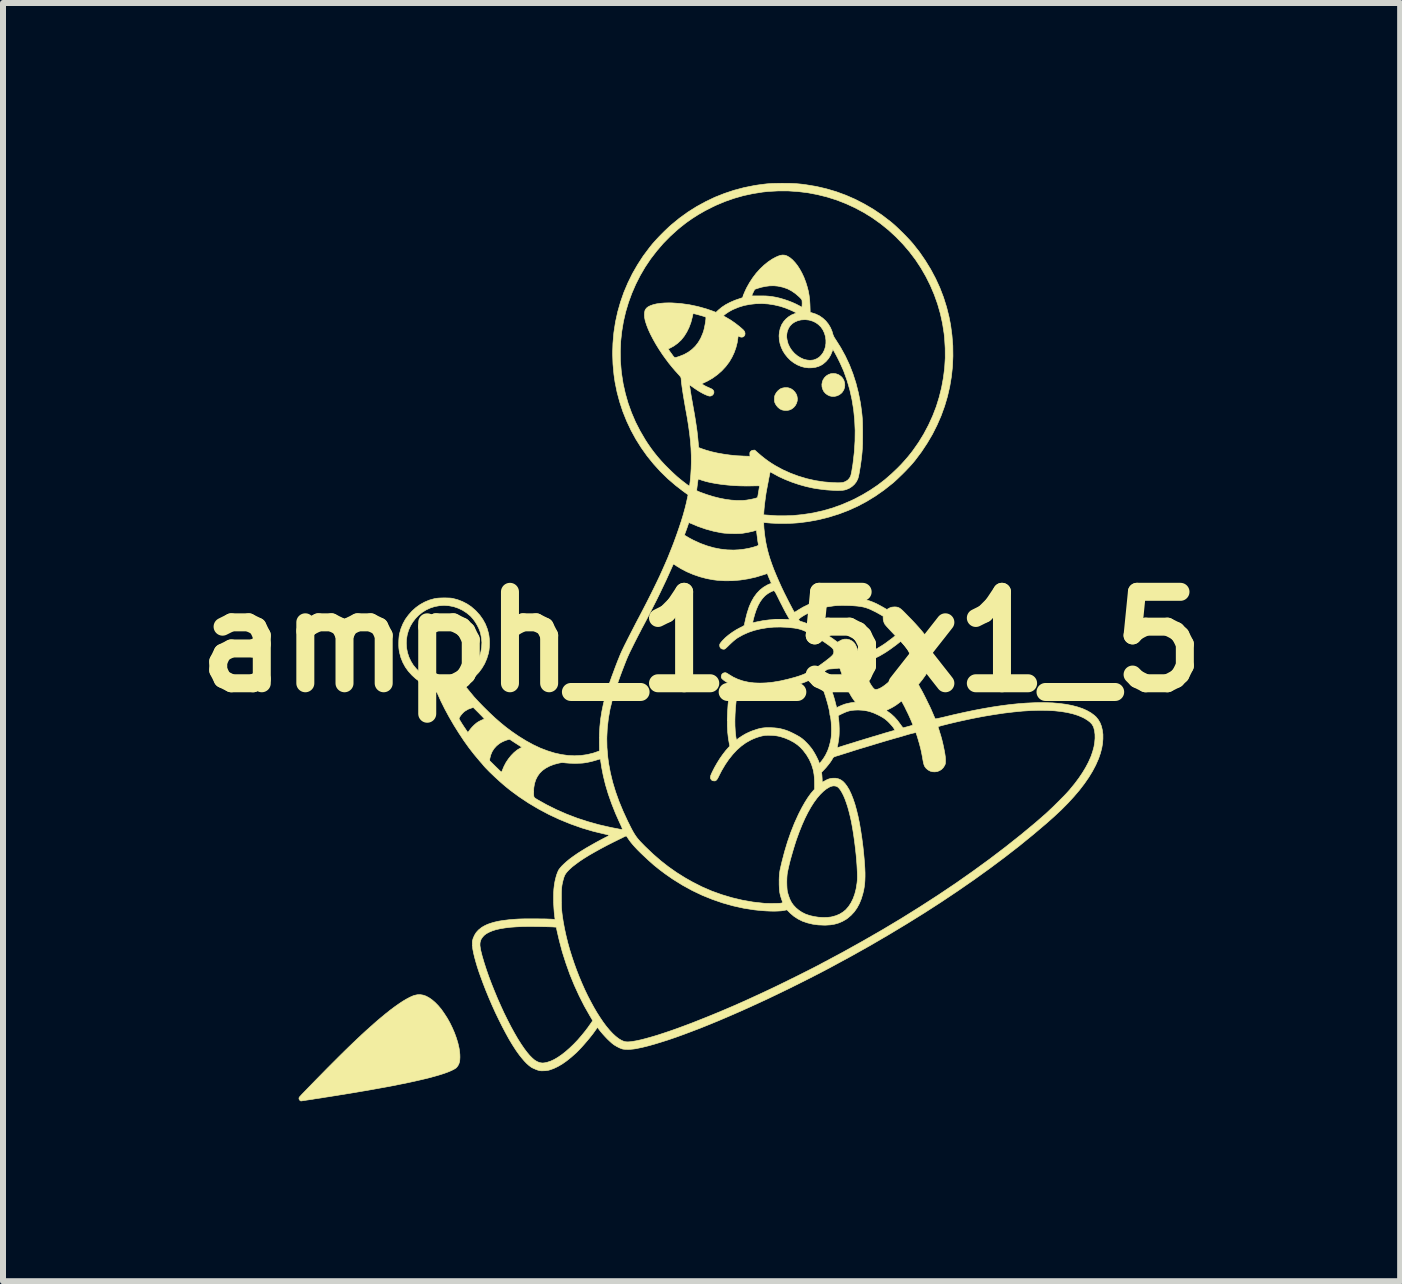
<source format=kicad_pcb>
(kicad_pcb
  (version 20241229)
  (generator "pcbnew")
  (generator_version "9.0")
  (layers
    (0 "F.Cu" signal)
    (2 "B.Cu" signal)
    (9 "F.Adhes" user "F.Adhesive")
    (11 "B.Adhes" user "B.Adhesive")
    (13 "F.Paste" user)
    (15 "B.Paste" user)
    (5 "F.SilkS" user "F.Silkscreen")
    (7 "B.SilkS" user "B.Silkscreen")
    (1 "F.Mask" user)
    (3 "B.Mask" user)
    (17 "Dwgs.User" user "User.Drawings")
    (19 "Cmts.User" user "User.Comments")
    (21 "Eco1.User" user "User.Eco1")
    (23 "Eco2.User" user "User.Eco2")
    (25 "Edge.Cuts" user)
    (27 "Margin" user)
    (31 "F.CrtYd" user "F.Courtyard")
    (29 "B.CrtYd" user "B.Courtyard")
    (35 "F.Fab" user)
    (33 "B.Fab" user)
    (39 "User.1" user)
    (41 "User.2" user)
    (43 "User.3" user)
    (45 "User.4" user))
  (footprint "amph_1_5x1_5"
    (layer "F.Cu")
    (at 8.643 7.649)
    (property "Reference" "amph_1_5x1_5" (at 0 0 0) (layer "F.SilkS") (effects (font (size 1.524 1.524) (thickness 0.3))))
    (attr through_hole)
    (fp_poly (pts (xy 2.238 -4.47) (xy 2.279 -4.456) (xy 2.288 -4.451) (xy 2.324 -4.426) (xy 2.352 -4.396) (xy 2.372 -4.36) (xy 2.384 -4.321) (xy 2.388 -4.281) (xy 2.384 -4.241) (xy 2.371 -4.202) (xy 2.348 -4.165) (xy 2.332 -4.147) (xy 2.298 -4.12) (xy 2.259 -4.102) (xy 2.217 -4.092) (xy 2.174 -4.092) (xy 2.136 -4.1) (xy 2.097 -4.119) (xy 2.064 -4.144) (xy 2.037 -4.176) (xy 2.019 -4.213) (xy 2.008 -4.252) (xy 2.006 -4.294) (xy 2.014 -4.336) (xy 2.026 -4.368) (xy 2.05 -4.405) (xy 2.08 -4.434) (xy 2.115 -4.456) (xy 2.154 -4.47) (xy 2.196 -4.474) (xy 2.238 -4.47)) (stroke (width 0.01) (type solid)) (fill yes) (layer "F.SilkS"))
    (fp_poly (pts (xy 1.455 -4.233) (xy 1.492 -4.219) (xy 1.526 -4.196) (xy 1.555 -4.166) (xy 1.578 -4.131) (xy 1.59 -4.101) (xy 1.597 -4.059) (xy 1.595 -4.017) (xy 1.583 -3.977) (xy 1.563 -3.94) (xy 1.536 -3.908) (xy 1.502 -3.882) (xy 1.466 -3.866) (xy 1.439 -3.86) (xy 1.407 -3.858) (xy 1.374 -3.86) (xy 1.344 -3.866) (xy 1.335 -3.869) (xy 1.304 -3.885) (xy 1.274 -3.91) (xy 1.248 -3.94) (xy 1.232 -3.967) (xy 1.223 -3.986) (xy 1.218 -4.002) (xy 1.216 -4.018) (xy 1.215 -4.04) (xy 1.215 -4.048) (xy 1.216 -4.073) (xy 1.218 -4.092) (xy 1.223 -4.109) (xy 1.229 -4.123) (xy 1.248 -4.156) (xy 1.274 -4.186) (xy 1.303 -4.21) (xy 1.321 -4.221) (xy 1.353 -4.232) (xy 1.389 -4.238) (xy 1.427 -4.238) (xy 1.455 -4.233)) (stroke (width 0.01) (type solid)) (fill yes) (layer "F.SilkS"))
    (fp_poly (pts (xy -4.641 5.887) (xy -4.591 5.904) (xy -4.54 5.932) (xy -4.495 5.963) (xy -4.442 6.008) (xy -4.389 6.062) (xy -4.337 6.124) (xy -4.288 6.194) (xy -4.24 6.268) (xy -4.195 6.348) (xy -4.155 6.43) (xy -4.118 6.515) (xy -4.087 6.6) (xy -4.061 6.685) (xy -4.042 6.768) (xy -4.038 6.791) (xy -4.032 6.835) (xy -4.028 6.88) (xy -4.027 6.923) (xy -4.029 6.962) (xy -4.032 6.991) (xy -4.043 7.029) (xy -4.06 7.063) (xy -4.081 7.091) (xy -4.095 7.104) (xy -4.129 7.125) (xy -4.174 7.147) (xy -4.229 7.17) (xy -4.295 7.194) (xy -4.371 7.218) (xy -4.458 7.243) (xy -4.555 7.269) (xy -4.663 7.295) (xy -4.781 7.322) (xy -4.91 7.35) (xy -5.05 7.378) (xy -5.2 7.408) (xy -5.361 7.437) (xy -5.532 7.468) (xy -5.714 7.499) (xy -5.833 7.519) (xy -5.873 7.526) (xy -5.919 7.533) (xy -5.97 7.542) (xy -6.024 7.55) (xy -6.082 7.56) (xy -6.142 7.569) (xy -6.202 7.579) (xy -6.263 7.588) (xy -6.323 7.598) (xy -6.381 7.607) (xy -6.437 7.615) (xy -6.489 7.624) (xy -6.537 7.631) (xy -6.579 7.637) (xy -6.615 7.643) (xy -6.643 7.647) (xy -6.664 7.65) (xy -6.675 7.652) (xy -6.677 7.652) (xy -6.685 7.648) (xy -6.696 7.64) (xy -6.697 7.639) (xy -6.708 7.621) (xy -6.71 7.609) (xy -6.709 7.6) (xy -6.705 7.591) (xy -6.696 7.579) (xy -6.682 7.564) (xy -6.664 7.544) (xy -6.545 7.421) (xy -6.433 7.306) (xy -6.327 7.198) (xy -6.227 7.096) (xy -6.132 7.001) (xy -6.043 6.912) (xy -5.958 6.828) (xy -5.877 6.749) (xy -5.8 6.675) (xy -5.726 6.605) (xy -5.656 6.539) (xy -5.587 6.476) (xy -5.521 6.417) (xy -5.457 6.36) (xy -5.394 6.305) (xy -5.35 6.268) (xy -5.268 6.2) (xy -5.19 6.138) (xy -5.115 6.082) (xy -5.044 6.032) (xy -4.978 5.988) (xy -4.917 5.952) (xy -4.862 5.923) (xy -4.813 5.901) (xy -4.788 5.892) (xy -4.738 5.881) (xy -4.69 5.879) (xy -4.641 5.887)) (stroke (width 0.01) (type solid)) (fill yes) (layer "F.SilkS"))
    (fp_poly (pts (xy 1.416 -7.643) (xy 1.469 -7.643) (xy 1.516 -7.641) (xy 1.559 -7.639) (xy 1.6 -7.636) (xy 1.642 -7.632) (xy 1.687 -7.627) (xy 1.738 -7.62) (xy 1.746 -7.619) (xy 1.915 -7.591) (xy 2.081 -7.552) (xy 2.244 -7.504) (xy 2.405 -7.445) (xy 2.561 -7.377) (xy 2.714 -7.298) (xy 2.863 -7.211) (xy 3.007 -7.114) (xy 3.147 -7.007) (xy 3.181 -6.979) (xy 3.21 -6.954) (xy 3.245 -6.922) (xy 3.284 -6.885) (xy 3.325 -6.845) (xy 3.367 -6.804) (xy 3.408 -6.762) (xy 3.446 -6.722) (xy 3.48 -6.686) (xy 3.509 -6.653) (xy 3.522 -6.638) (xy 3.631 -6.5) (xy 3.73 -6.356) (xy 3.82 -6.209) (xy 3.901 -6.057) (xy 3.972 -5.902) (xy 4.033 -5.743) (xy 4.084 -5.581) (xy 4.125 -5.417) (xy 4.151 -5.284) (xy 4.174 -5.11) (xy 4.188 -4.936) (xy 4.19 -4.764) (xy 4.183 -4.593) (xy 4.165 -4.424) (xy 4.137 -4.256) (xy 4.099 -4.091) (xy 4.051 -3.929) (xy 3.993 -3.769) (xy 3.925 -3.613) (xy 3.848 -3.46) (xy 3.76 -3.311) (xy 3.664 -3.166) (xy 3.558 -3.025) (xy 3.524 -2.984) (xy 3.498 -2.954) (xy 3.465 -2.918) (xy 3.428 -2.879) (xy 3.388 -2.837) (xy 3.346 -2.795) (xy 3.303 -2.754) (xy 3.263 -2.715) (xy 3.225 -2.68) (xy 3.193 -2.651) (xy 3.18 -2.641) (xy 3.041 -2.531) (xy 2.898 -2.431) (xy 2.751 -2.341) (xy 2.6 -2.261) (xy 2.445 -2.191) (xy 2.286 -2.131) (xy 2.122 -2.08) (xy 1.955 -2.038) (xy 1.782 -2.006) (xy 1.635 -1.987) (xy 1.578 -1.982) (xy 1.513 -1.978) (xy 1.442 -1.976) (xy 1.369 -1.975) (xy 1.296 -1.975) (xy 1.224 -1.977) (xy 1.157 -1.98) (xy 1.096 -1.985) (xy 1.065 -1.988) (xy 1.037 -1.991) (xy 1.037 -1.959) (xy 1.038 -1.933) (xy 1.04 -1.898) (xy 1.044 -1.858) (xy 1.049 -1.815) (xy 1.054 -1.771) (xy 1.06 -1.729) (xy 1.066 -1.691) (xy 1.066 -1.687) (xy 1.081 -1.612) (xy 1.098 -1.536) (xy 1.119 -1.458) (xy 1.143 -1.379) (xy 1.172 -1.296) (xy 1.204 -1.21) (xy 1.242 -1.118) (xy 1.284 -1.021) (xy 1.331 -0.916) (xy 1.383 -0.807) (xy 1.397 -0.78) (xy 1.413 -0.748) (xy 1.431 -0.712) (xy 1.45 -0.675) (xy 1.469 -0.638) (xy 1.488 -0.602) (xy 1.505 -0.57) (xy 1.52 -0.541) (xy 1.533 -0.518) (xy 1.542 -0.502) (xy 1.545 -0.498) (xy 1.548 -0.496) (xy 1.556 -0.498) (xy 1.568 -0.504) (xy 1.586 -0.515) (xy 1.607 -0.529) (xy 1.691 -0.579) (xy 1.781 -0.623) (xy 1.878 -0.66) (xy 1.983 -0.69) (xy 2.096 -0.714) (xy 2.135 -0.721) (xy 2.169 -0.725) (xy 2.212 -0.728) (xy 2.261 -0.731) (xy 2.313 -0.733) (xy 2.367 -0.735) (xy 2.421 -0.735) (xy 2.471 -0.735) (xy 2.516 -0.733) (xy 2.554 -0.731) (xy 2.555 -0.731) (xy 2.625 -0.723) (xy 2.689 -0.712) (xy 2.748 -0.699) (xy 2.805 -0.682) (xy 2.861 -0.661) (xy 2.919 -0.635) (xy 2.981 -0.602) (xy 3.026 -0.577) (xy 3.09 -0.54) (xy 3.115 -0.556) (xy 3.143 -0.57) (xy 3.17 -0.579) (xy 3.202 -0.582) (xy 3.217 -0.583) (xy 3.243 -0.582) (xy 3.266 -0.578) (xy 3.286 -0.571) (xy 3.307 -0.559) (xy 3.329 -0.542) (xy 3.355 -0.519) (xy 3.381 -0.493) (xy 3.449 -0.423) (xy 3.51 -0.361) (xy 3.563 -0.304) (xy 3.61 -0.252) (xy 3.651 -0.205) (xy 3.687 -0.162) (xy 3.718 -0.123) (xy 3.745 -0.086) (xy 3.767 -0.052) (xy 3.786 -0.019) (xy 3.802 0.013) (xy 3.816 0.045) (xy 3.826 0.074) (xy 3.843 0.139) (xy 3.85 0.206) (xy 3.847 0.273) (xy 3.833 0.342) (xy 3.81 0.412) (xy 3.776 0.483) (xy 3.732 0.556) (xy 3.678 0.631) (xy 3.665 0.647) (xy 3.648 0.668) (xy 3.634 0.685) (xy 3.623 0.699) (xy 3.618 0.706) (xy 3.618 0.706) (xy 3.618 0.713) (xy 3.625 0.728) (xy 3.636 0.751) (xy 3.652 0.78) (xy 3.657 0.788) (xy 3.677 0.824) (xy 3.7 0.868) (xy 3.725 0.917) (xy 3.751 0.969) (xy 3.777 1.023) (xy 3.803 1.075) (xy 3.826 1.125) (xy 3.845 1.169) (xy 3.86 1.204) (xy 3.871 1.23) (xy 3.881 1.253) (xy 3.889 1.27) (xy 3.894 1.281) (xy 3.895 1.282) (xy 3.901 1.283) (xy 3.916 1.28) (xy 3.938 1.276) (xy 3.966 1.27) (xy 3.998 1.263) (xy 4.02 1.258) (xy 4.203 1.214) (xy 4.378 1.175) (xy 4.545 1.14) (xy 4.704 1.11) (xy 4.856 1.084) (xy 5.003 1.062) (xy 5.144 1.044) (xy 5.28 1.03) (xy 5.413 1.02) (xy 5.542 1.014) (xy 5.599 1.012) (xy 5.728 1.012) (xy 5.85 1.016) (xy 5.965 1.026) (xy 6.073 1.04) (xy 6.172 1.059) (xy 6.264 1.083) (xy 6.348 1.111) (xy 6.422 1.144) (xy 6.488 1.181) (xy 6.545 1.223) (xy 6.576 1.251) (xy 6.613 1.297) (xy 6.643 1.349) (xy 6.666 1.408) (xy 6.681 1.473) (xy 6.69 1.542) (xy 6.69 1.616) (xy 6.684 1.694) (xy 6.67 1.774) (xy 6.648 1.857) (xy 6.619 1.942) (xy 6.614 1.954) (xy 6.57 2.054) (xy 6.516 2.156) (xy 6.453 2.259) (xy 6.381 2.363) (xy 6.299 2.47) (xy 6.207 2.578) (xy 6.106 2.688) (xy 5.995 2.8) (xy 5.873 2.914) (xy 5.749 3.024) (xy 5.527 3.212) (xy 5.295 3.401) (xy 5.053 3.589) (xy 4.801 3.777) (xy 4.541 3.964) (xy 4.272 4.15) (xy 3.994 4.336) (xy 3.71 4.519) (xy 3.417 4.701) (xy 3.118 4.881) (xy 2.813 5.059) (xy 2.501 5.234) (xy 2.184 5.406) (xy 2.138 5.431) (xy 1.965 5.522) (xy 1.791 5.611) (xy 1.618 5.698) (xy 1.445 5.784) (xy 1.273 5.867) (xy 1.102 5.949) (xy 0.933 6.027) (xy 0.767 6.103) (xy 0.603 6.176) (xy 0.442 6.246) (xy 0.285 6.313) (xy 0.132 6.376) (xy -0.017 6.436) (xy -0.161 6.491) (xy -0.299 6.543) (xy -0.432 6.591) (xy -0.558 6.634) (xy -0.678 6.672) (xy -0.79 6.706) (xy -0.895 6.735) (xy -0.992 6.759) (xy -1.08 6.777) (xy -1.093 6.78) (xy -1.135 6.786) (xy -1.178 6.79) (xy -1.221 6.792) (xy -1.261 6.791) (xy -1.296 6.789) (xy -1.323 6.784) (xy -1.328 6.782) (xy -1.369 6.766) (xy -1.412 6.744) (xy -1.454 6.719) (xy -1.465 6.711) (xy -1.496 6.687) (xy -1.531 6.655) (xy -1.569 6.619) (xy -1.608 6.578) (xy -1.646 6.536) (xy -1.681 6.495) (xy -1.712 6.455) (xy -1.718 6.447) (xy -1.734 6.424) (xy -1.771 6.476) (xy -1.809 6.529) (xy -1.853 6.585) (xy -1.9 6.642) (xy -1.948 6.698) (xy -1.996 6.752) (xy -2.042 6.801) (xy -2.084 6.844) (xy -2.093 6.852) (xy -2.172 6.922) (xy -2.248 6.983) (xy -2.322 7.035) (xy -2.394 7.077) (xy -2.463 7.11) (xy -2.528 7.133) (xy -2.548 7.139) (xy -2.573 7.143) (xy -2.602 7.147) (xy -2.634 7.148) (xy -2.664 7.149) (xy -2.689 7.147) (xy -2.701 7.145) (xy -2.728 7.138) (xy -2.76 7.126) (xy -2.793 7.112) (xy -2.823 7.098) (xy -2.844 7.085) (xy -2.878 7.059) (xy -2.916 7.025) (xy -2.956 6.983) (xy -2.997 6.935) (xy -3.039 6.882) (xy -3.08 6.825) (xy -3.099 6.797) (xy -3.153 6.713) (xy -3.209 6.62) (xy -3.265 6.518) (xy -3.322 6.41) (xy -3.379 6.296) (xy -3.436 6.178) (xy -3.491 6.056) (xy -3.544 5.933) (xy -3.595 5.809) (xy -3.643 5.685) (xy -3.688 5.562) (xy -3.707 5.509) (xy -3.738 5.415) (xy -3.763 5.33) (xy -3.784 5.253) (xy -3.8 5.185) (xy -3.812 5.124) (xy -3.818 5.072) (xy -3.819 5.051) (xy -3.82 5.032) (xy -3.693 5.032) (xy -3.693 5.062) (xy -3.688 5.097) (xy -3.681 5.138) (xy -3.669 5.187) (xy -3.657 5.234) (xy -3.625 5.343) (xy -3.588 5.458) (xy -3.547 5.576) (xy -3.501 5.698) (xy -3.452 5.82) (xy -3.401 5.943) (xy -3.347 6.065) (xy -3.292 6.185) (xy -3.235 6.3) (xy -3.178 6.411) (xy -3.121 6.515) (xy -3.065 6.612) (xy -3.01 6.699) (xy -3.003 6.71) (xy -2.954 6.781) (xy -2.907 6.843) (xy -2.864 6.894) (xy -2.822 6.936) (xy -2.784 6.969) (xy -2.747 6.992) (xy -2.743 6.994) (xy -2.71 7.008) (xy -2.678 7.016) (xy -2.646 7.019) (xy -2.611 7.015) (xy -2.569 7.006) (xy -2.567 7.005) (xy -2.513 6.987) (xy -2.455 6.96) (xy -2.394 6.924) (xy -2.33 6.88) (xy -2.265 6.829) (xy -2.199 6.771) (xy -2.132 6.707) (xy -2.065 6.637) (xy -2 6.562) (xy -1.952 6.503) (xy -1.934 6.481) (xy -1.915 6.455) (xy -1.894 6.428) (xy -1.875 6.4) (xy -1.856 6.374) (xy -1.84 6.351) (xy -1.827 6.332) (xy -1.818 6.319) (xy -1.815 6.313) (xy -1.815 6.313) (xy -1.818 6.307) (xy -1.825 6.293) (xy -1.836 6.274) (xy -1.85 6.25) (xy -1.862 6.23) (xy -1.954 6.068) (xy -2.04 5.898) (xy -2.121 5.721) (xy -2.195 5.54) (xy -2.261 5.354) (xy -2.321 5.166) (xy -2.371 4.977) (xy -2.407 4.823) (xy -2.421 4.755) (xy -2.474 4.751) (xy -2.491 4.75) (xy -2.518 4.749) (xy -2.552 4.748) (xy -2.592 4.747) (xy -2.636 4.746) (xy -2.683 4.745) (xy -2.728 4.744) (xy -2.857 4.743) (xy -2.975 4.744) (xy -3.084 4.749) (xy -3.184 4.756) (xy -3.274 4.767) (xy -3.354 4.78) (xy -3.426 4.796) (xy -3.488 4.816) (xy -3.542 4.839) (xy -3.588 4.864) (xy -3.625 4.893) (xy -3.654 4.926) (xy -3.674 4.957) (xy -3.683 4.981) (xy -3.69 5.005) (xy -3.693 5.032) (xy -3.82 5.032) (xy -3.82 5.023) (xy -3.82 5.002) (xy -3.819 4.986) (xy -3.815 4.971) (xy -3.81 4.953) (xy -3.808 4.945) (xy -3.785 4.891) (xy -3.756 4.844) (xy -3.718 4.802) (xy -3.672 4.765) (xy -3.663 4.758) (xy -3.618 4.732) (xy -3.568 4.708) (xy -3.511 4.688) (xy -3.448 4.67) (xy -3.377 4.654) (xy -3.298 4.642) (xy -3.21 4.631) (xy -3.113 4.623) (xy -3.053 4.619) (xy -3.024 4.618) (xy -2.987 4.617) (xy -2.943 4.616) (xy -2.894 4.616) (xy -2.842 4.616) (xy -2.787 4.616) (xy -2.733 4.616) (xy -2.679 4.617) (xy -2.628 4.617) (xy -2.581 4.618) (xy -2.54 4.62) (xy -2.507 4.621) (xy -2.482 4.623) (xy -2.479 4.623) (xy -2.441 4.626) (xy -2.448 4.574) (xy -2.455 4.513) (xy -2.46 4.446) (xy -2.464 4.378) (xy -2.466 4.309) (xy -2.466 4.281) (xy -2.336 4.281) (xy -2.336 4.338) (xy -2.335 4.387) (xy -2.334 4.43) (xy -2.331 4.47) (xy -2.327 4.51) (xy -2.322 4.552) (xy -2.315 4.599) (xy -2.307 4.652) (xy -2.304 4.67) (xy -2.283 4.783) (xy -2.258 4.897) (xy -2.23 5.012) (xy -2.198 5.127) (xy -2.162 5.242) (xy -2.124 5.356) (xy -2.083 5.469) (xy -2.04 5.58) (xy -1.994 5.689) (xy -1.947 5.795) (xy -1.898 5.897) (xy -1.847 5.995) (xy -1.796 6.089) (xy -1.744 6.178) (xy -1.691 6.261) (xy -1.639 6.338) (xy -1.586 6.409) (xy -1.533 6.472) (xy -1.482 6.527) (xy -1.431 6.574) (xy -1.381 6.613) (xy -1.333 6.642) (xy -1.289 6.66) (xy -1.262 6.665) (xy -1.228 6.667) (xy -1.186 6.664) (xy -1.149 6.659) (xy -1.084 6.648) (xy -1.011 6.632) (xy -0.929 6.611) (xy -0.839 6.586) (xy -0.741 6.557) (xy -0.637 6.523) (xy -0.526 6.486) (xy -0.41 6.445) (xy -0.288 6.4) (xy -0.16 6.352) (xy -0.029 6.3) (xy 0.107 6.246) (xy 0.246 6.189) (xy 0.389 6.129) (xy 0.534 6.067) (xy 0.681 6.002) (xy 0.829 5.935) (xy 0.896 5.904) (xy 1.003 5.855) (xy 1.118 5.801) (xy 1.238 5.744) (xy 1.361 5.684) (xy 1.485 5.623) (xy 1.609 5.562) (xy 1.73 5.501) (xy 1.847 5.442) (xy 1.957 5.385) (xy 2.009 5.357) (xy 2.35 5.175) (xy 2.684 4.989) (xy 3.011 4.801) (xy 3.33 4.61) (xy 3.641 4.416) (xy 3.943 4.221) (xy 4.238 4.023) (xy 4.523 3.823) (xy 4.799 3.622) (xy 5.066 3.419) (xy 5.323 3.215) (xy 5.57 3.01) (xy 5.696 2.9) (xy 5.733 2.868) (xy 5.773 2.831) (xy 5.817 2.789) (xy 5.863 2.746) (xy 5.909 2.7) (xy 5.956 2.654) (xy 6 2.609) (xy 6.042 2.567) (xy 6.08 2.527) (xy 6.112 2.492) (xy 6.139 2.462) (xy 6.144 2.455) (xy 6.222 2.36) (xy 6.29 2.269) (xy 6.35 2.18) (xy 6.402 2.094) (xy 6.447 2.009) (xy 6.485 1.924) (xy 6.496 1.897) (xy 6.521 1.822) (xy 6.541 1.748) (xy 6.553 1.675) (xy 6.559 1.605) (xy 6.558 1.54) (xy 6.55 1.479) (xy 6.536 1.425) (xy 6.529 1.409) (xy 6.509 1.374) (xy 6.478 1.34) (xy 6.437 1.308) (xy 6.386 1.276) (xy 6.353 1.259) (xy 6.276 1.226) (xy 6.19 1.199) (xy 6.096 1.177) (xy 5.992 1.16) (xy 5.88 1.148) (xy 5.76 1.142) (xy 5.632 1.14) (xy 5.495 1.144) (xy 5.351 1.153) (xy 5.199 1.168) (xy 5.039 1.187) (xy 4.872 1.212) (xy 4.698 1.241) (xy 4.517 1.276) (xy 4.344 1.313) (xy 4.286 1.326) (xy 4.229 1.339) (xy 4.175 1.352) (xy 4.124 1.364) (xy 4.078 1.376) (xy 4.037 1.386) (xy 4.002 1.395) (xy 3.974 1.403) (xy 3.955 1.409) (xy 3.944 1.413) (xy 3.942 1.415) (xy 3.944 1.422) (xy 3.948 1.437) (xy 3.955 1.458) (xy 3.963 1.483) (xy 3.966 1.495) (xy 3.986 1.558) (xy 4.004 1.622) (xy 4.02 1.687) (xy 4.034 1.75) (xy 4.046 1.81) (xy 4.056 1.866) (xy 4.063 1.915) (xy 4.066 1.957) (xy 4.066 1.971) (xy 4.066 1.998) (xy 4.065 2.017) (xy 4.063 2.031) (xy 4.059 2.044) (xy 4.053 2.058) (xy 4.051 2.061) (xy 4.028 2.097) (xy 3.999 2.126) (xy 3.965 2.147) (xy 3.928 2.161) (xy 3.889 2.166) (xy 3.85 2.164) (xy 3.812 2.154) (xy 3.777 2.135) (xy 3.745 2.109) (xy 3.722 2.079) (xy 3.714 2.064) (xy 3.707 2.045) (xy 3.701 2.022) (xy 3.694 1.991) (xy 3.687 1.952) (xy 3.683 1.926) (xy 3.677 1.896) (xy 3.67 1.859) (xy 3.662 1.819) (xy 3.653 1.78) (xy 3.648 1.76) (xy 3.639 1.727) (xy 3.63 1.692) (xy 3.619 1.656) (xy 3.609 1.621) (xy 3.599 1.588) (xy 3.59 1.559) (xy 3.582 1.536) (xy 3.576 1.52) (xy 3.572 1.512) (xy 3.572 1.512) (xy 3.566 1.512) (xy 3.552 1.515) (xy 3.53 1.52) (xy 3.503 1.526) (xy 3.473 1.534) (xy 3.44 1.543) (xy 3.407 1.553) (xy 3.375 1.562) (xy 3.363 1.566) (xy 3.347 1.571) (xy 3.323 1.578) (xy 3.295 1.586) (xy 3.263 1.595) (xy 3.241 1.601) (xy 3.205 1.611) (xy 3.161 1.624) (xy 3.109 1.639) (xy 3.051 1.656) (xy 2.988 1.675) (xy 2.921 1.695) (xy 2.853 1.716) (xy 2.783 1.737) (xy 2.714 1.758) (xy 2.646 1.778) (xy 2.581 1.798) (xy 2.521 1.817) (xy 2.469 1.834) (xy 2.423 1.848) (xy 2.38 1.862) (xy 2.34 1.874) (xy 2.304 1.886) (xy 2.274 1.895) (xy 2.251 1.902) (xy 2.237 1.906) (xy 2.236 1.907) (xy 2.215 1.914) (xy 2.202 1.921) (xy 2.194 1.929) (xy 2.191 1.933) (xy 2.169 1.971) (xy 2.141 2.012) (xy 2.109 2.053) (xy 2.077 2.092) (xy 2.055 2.116) (xy 2.001 2.173) (xy 2.006 2.22) (xy 2.008 2.247) (xy 2.01 2.276) (xy 2.011 2.3) (xy 2.011 2.303) (xy 2.011 2.321) (xy 2.012 2.334) (xy 2.013 2.339) (xy 2.013 2.339) (xy 2.018 2.336) (xy 2.03 2.33) (xy 2.047 2.32) (xy 2.051 2.318) (xy 2.09 2.297) (xy 2.126 2.283) (xy 2.16 2.275) (xy 2.188 2.272) (xy 2.235 2.272) (xy 2.278 2.281) (xy 2.318 2.298) (xy 2.355 2.323) (xy 2.39 2.359) (xy 2.424 2.404) (xy 2.427 2.409) (xy 2.462 2.467) (xy 2.494 2.535) (xy 2.525 2.613) (xy 2.555 2.701) (xy 2.582 2.798) (xy 2.608 2.904) (xy 2.632 3.02) (xy 2.653 3.144) (xy 2.673 3.276) (xy 2.691 3.417) (xy 2.701 3.511) (xy 2.71 3.608) (xy 2.717 3.696) (xy 2.722 3.775) (xy 2.725 3.848) (xy 2.725 3.914) (xy 2.723 3.975) (xy 2.719 4.031) (xy 2.712 4.085) (xy 2.703 4.137) (xy 2.691 4.187) (xy 2.691 4.188) (xy 2.664 4.279) (xy 2.631 4.361) (xy 2.591 4.435) (xy 2.545 4.5) (xy 2.492 4.557) (xy 2.433 4.607) (xy 2.409 4.624) (xy 2.349 4.658) (xy 2.286 4.685) (xy 2.22 4.704) (xy 2.149 4.716) (xy 2.07 4.721) (xy 2.043 4.721) (xy 1.944 4.717) (xy 1.851 4.704) (xy 1.764 4.683) (xy 1.682 4.655) (xy 1.608 4.618) (xy 1.539 4.573) (xy 1.478 4.521) (xy 1.467 4.51) (xy 1.424 4.466) (xy 1.368 4.477) (xy 1.326 4.483) (xy 1.274 4.486) (xy 1.216 4.488) (xy 1.151 4.487) (xy 1.081 4.484) (xy 1.008 4.479) (xy 0.934 4.472) (xy 0.878 4.466) (xy 0.7 4.438) (xy 0.524 4.399) (xy 0.35 4.35) (xy 0.179 4.291) (xy 0.011 4.223) (xy -0.155 4.144) (xy -0.317 4.055) (xy -0.475 3.957) (xy -0.51 3.933) (xy -0.609 3.864) (xy -0.702 3.794) (xy -0.794 3.72) (xy -0.884 3.64) (xy -0.976 3.554) (xy -1.018 3.514) (xy -1.069 3.463) (xy -1.112 3.417) (xy -1.149 3.375) (xy -1.181 3.336) (xy -1.209 3.298) (xy -1.225 3.274) (xy -1.237 3.256) (xy -1.247 3.242) (xy -1.255 3.234) (xy -1.256 3.233) (xy -1.262 3.236) (xy -1.276 3.242) (xy -1.298 3.252) (xy -1.325 3.266) (xy -1.358 3.282) (xy -1.395 3.3) (xy -1.435 3.32) (xy -1.442 3.323) (xy -1.565 3.385) (xy -1.678 3.445) (xy -1.781 3.502) (xy -1.875 3.556) (xy -1.959 3.608) (xy -2.033 3.657) (xy -2.098 3.705) (xy -2.155 3.749) (xy -2.202 3.792) (xy -2.215 3.805) (xy -2.243 3.835) (xy -2.263 3.861) (xy -2.279 3.887) (xy -2.291 3.916) (xy -2.302 3.95) (xy -2.304 3.959) (xy -2.313 3.993) (xy -2.32 4.024) (xy -2.326 4.054) (xy -2.33 4.085) (xy -2.333 4.119) (xy -2.335 4.156) (xy -2.336 4.2) (xy -2.336 4.252) (xy -2.336 4.281) (xy -2.466 4.281) (xy -2.466 4.242) (xy -2.465 4.181) (xy -2.462 4.126) (xy -2.46 4.106) (xy -2.453 4.047) (xy -2.443 3.99) (xy -2.43 3.935) (xy -2.416 3.885) (xy -2.4 3.842) (xy -2.384 3.806) (xy -2.381 3.801) (xy -2.36 3.772) (xy -2.331 3.738) (xy -2.294 3.702) (xy -2.251 3.663) (xy -2.203 3.623) (xy -2.149 3.583) (xy -2.092 3.543) (xy -2.063 3.523) (xy -1.998 3.482) (xy -1.925 3.437) (xy -1.846 3.392) (xy -1.765 3.346) (xy -1.682 3.301) (xy -1.613 3.265) (xy -1.587 3.252) (xy -1.564 3.24) (xy -1.547 3.23) (xy -1.537 3.224) (xy -1.535 3.223) (xy -1.54 3.221) (xy -1.553 3.217) (xy -1.573 3.212) (xy -1.599 3.206) (xy -1.618 3.202) (xy -1.808 3.156) (xy -1.997 3.1) (xy -2.183 3.034) (xy -2.365 2.96) (xy -2.543 2.877) (xy -2.716 2.785) (xy -2.883 2.686) (xy -3.044 2.579) (xy -3.151 2.5) (xy -2.799 2.5) (xy -2.798 2.533) (xy -2.797 2.557) (xy -2.795 2.575) (xy -2.79 2.588) (xy -2.781 2.599) (xy -2.768 2.609) (xy -2.75 2.62) (xy -2.736 2.629) (xy -2.58 2.716) (xy -2.417 2.797) (xy -2.248 2.871) (xy -2.073 2.938) (xy -1.894 2.996) (xy -1.712 3.047) (xy -1.529 3.089) (xy -1.511 3.093) (xy -1.475 3.1) (xy -1.439 3.107) (xy -1.406 3.113) (xy -1.377 3.119) (xy -1.354 3.123) (xy -1.339 3.126) (xy -1.333 3.127) (xy -1.327 3.125) (xy -1.323 3.122) (xy -1.321 3.119) (xy -1.322 3.113) (xy -1.325 3.101) (xy -1.332 3.084) (xy -1.343 3.06) (xy -1.357 3.028) (xy -1.359 3.026) (xy -1.433 2.86) (xy -1.498 2.696) (xy -1.554 2.537) (xy -1.601 2.381) (xy -1.638 2.229) (xy -1.667 2.081) (xy -1.675 2.024) (xy -1.679 1.999) (xy -1.682 1.977) (xy -1.684 1.962) (xy -1.686 1.955) (xy -1.686 1.955) (xy -1.691 1.953) (xy -1.707 1.956) (xy -1.731 1.963) (xy -1.74 1.966) (xy -1.787 1.98) (xy -1.839 1.994) (xy -1.894 2.006) (xy -1.947 2.015) (xy -1.958 2.017) (xy -1.986 2.02) (xy -2.022 2.022) (xy -2.064 2.023) (xy -2.108 2.024) (xy -2.154 2.023) (xy -2.198 2.022) (xy -2.237 2.019) (xy -2.263 2.017) (xy -2.29 2.014) (xy -2.311 2.012) (xy -2.328 2.012) (xy -2.345 2.014) (xy -2.365 2.018) (xy -2.381 2.021) (xy -2.461 2.042) (xy -2.533 2.07) (xy -2.597 2.104) (xy -2.652 2.143) (xy -2.698 2.189) (xy -2.735 2.241) (xy -2.764 2.299) (xy -2.784 2.363) (xy -2.796 2.433) (xy -2.799 2.5) (xy -3.151 2.5) (xy -3.198 2.465) (xy -3.22 2.447) (xy -3.262 2.413) (xy -3.307 2.375) (xy -3.354 2.334) (xy -3.401 2.291) (xy -3.447 2.249) (xy -3.492 2.206) (xy -3.534 2.166) (xy -3.571 2.128) (xy -3.603 2.095) (xy -3.629 2.066) (xy -3.638 2.055) (xy -3.65 2.04) (xy -3.667 2.02) (xy -3.687 1.998) (xy -3.701 1.981) (xy -3.703 1.979) (xy -3.533 1.979) (xy -3.437 2.074) (xy -3.41 2.1) (xy -3.386 2.123) (xy -3.366 2.143) (xy -3.35 2.158) (xy -3.339 2.167) (xy -3.335 2.17) (xy -3.331 2.165) (xy -3.325 2.153) (xy -3.321 2.142) (xy -3.293 2.075) (xy -3.259 2.01) (xy -3.218 1.949) (xy -3.173 1.893) (xy -3.124 1.843) (xy -3.072 1.801) (xy -3.019 1.769) (xy -3.017 1.768) (xy -2.993 1.756) (xy -3.011 1.745) (xy -3.022 1.738) (xy -3.039 1.727) (xy -3.061 1.713) (xy -3.087 1.696) (xy -3.114 1.679) (xy -3.199 1.623) (xy -3.224 1.629) (xy -3.259 1.64) (xy -3.297 1.655) (xy -3.336 1.674) (xy -3.369 1.694) (xy -3.416 1.732) (xy -3.457 1.777) (xy -3.49 1.828) (xy -3.513 1.883) (xy -3.528 1.941) (xy -3.529 1.947) (xy -3.533 1.979) (xy -3.703 1.979) (xy -3.788 1.878) (xy -3.876 1.765) (xy -3.962 1.645) (xy -4.046 1.518) (xy -4.128 1.387) (xy -4.19 1.28) (xy -4.041 1.28) (xy -4.038 1.289) (xy -4.03 1.303) (xy -4.024 1.313) (xy -4.011 1.334) (xy -3.996 1.359) (xy -3.979 1.385) (xy -3.961 1.413) (xy -3.943 1.439) (xy -3.927 1.463) (xy -3.913 1.483) (xy -3.903 1.498) (xy -3.896 1.507) (xy -3.895 1.508) (xy -3.89 1.504) (xy -3.882 1.493) (xy -3.871 1.478) (xy -3.871 1.478) (xy -3.849 1.449) (xy -3.821 1.417) (xy -3.79 1.386) (xy -3.759 1.359) (xy -3.74 1.344) (xy -3.709 1.325) (xy -3.673 1.307) (xy -3.63 1.289) (xy -3.624 1.287) (xy -3.622 1.284) (xy -3.625 1.278) (xy -3.632 1.269) (xy -3.645 1.254) (xy -3.663 1.235) (xy -3.689 1.209) (xy -3.709 1.188) (xy -3.804 1.093) (xy -3.837 1.103) (xy -3.892 1.123) (xy -3.943 1.154) (xy -3.952 1.16) (xy -3.973 1.179) (xy -3.995 1.203) (xy -4.016 1.229) (xy -4.032 1.254) (xy -4.036 1.263) (xy -4.04 1.272) (xy -4.041 1.28) (xy -4.19 1.28) (xy -4.206 1.253) (xy -4.28 1.116) (xy -4.348 0.979) (xy -4.409 0.843) (xy -4.418 0.822) (xy -4.429 0.798) (xy -4.436 0.782) (xy -4.442 0.772) (xy -4.449 0.767) (xy -4.456 0.764) (xy -4.463 0.762) (xy -4.548 0.736) (xy -4.626 0.702) (xy -4.698 0.661) (xy -4.766 0.611) (xy -4.826 0.556) (xy -4.887 0.489) (xy -4.937 0.419) (xy -4.978 0.344) (xy -5.01 0.265) (xy -5.033 0.18) (xy -5.041 0.135) (xy -5.045 0.102) (xy -5.047 0.062) (xy -5.047 0.021) (xy -4.921 0.021) (xy -4.916 0.102) (xy -4.901 0.179) (xy -4.877 0.253) (xy -4.844 0.323) (xy -4.804 0.388) (xy -4.755 0.447) (xy -4.7 0.501) (xy -4.638 0.547) (xy -4.57 0.586) (xy -4.497 0.617) (xy -4.419 0.638) (xy -4.398 0.643) (xy -4.361 0.647) (xy -4.319 0.65) (xy -4.274 0.65) (xy -4.23 0.648) (xy -4.193 0.644) (xy -4.189 0.643) (xy -4.118 0.626) (xy -4.049 0.602) (xy -4 0.578) (xy -3.931 0.537) (xy -3.869 0.489) (xy -3.815 0.433) (xy -3.768 0.372) (xy -3.73 0.307) (xy -3.699 0.237) (xy -3.678 0.163) (xy -3.665 0.088) (xy -3.661 0.01) (xy -3.668 -0.068) (xy -3.684 -0.146) (xy -3.692 -0.172) (xy -3.712 -0.224) (xy -3.739 -0.278) (xy -3.771 -0.331) (xy -3.806 -0.38) (xy -3.843 -0.422) (xy -3.853 -0.432) (xy -3.916 -0.484) (xy -3.984 -0.528) (xy -4.056 -0.562) (xy -4.132 -0.588) (xy -4.211 -0.603) (xy -4.291 -0.609) (xy -4.292 -0.609) (xy -4.372 -0.603) (xy -4.448 -0.589) (xy -4.522 -0.565) (xy -4.591 -0.533) (xy -4.655 -0.493) (xy -4.714 -0.445) (xy -4.767 -0.391) (xy -4.813 -0.331) (xy -4.852 -0.266) (xy -4.883 -0.196) (xy -4.905 -0.122) (xy -4.918 -0.044) (xy -4.921 0.021) (xy -5.047 0.021) (xy -5.047 0.018) (xy -5.046 -0.026) (xy -5.043 -0.069) (xy -5.039 -0.107) (xy -5.035 -0.132) (xy -5.011 -0.219) (xy -4.978 -0.3) (xy -4.937 -0.376) (xy -4.885 -0.447) (xy -4.826 -0.514) (xy -4.76 -0.573) (xy -4.69 -0.623) (xy -4.616 -0.664) (xy -4.537 -0.697) (xy -4.451 -0.721) (xy -4.44 -0.723) (xy -4.416 -0.727) (xy -4.384 -0.73) (xy -4.347 -0.732) (xy -4.307 -0.733) (xy -4.266 -0.733) (xy -4.227 -0.732) (xy -4.193 -0.731) (xy -4.165 -0.728) (xy -4.151 -0.726) (xy -4.064 -0.703) (xy -3.984 -0.672) (xy -3.91 -0.634) (xy -3.84 -0.587) (xy -3.775 -0.531) (xy -3.757 -0.514) (xy -3.696 -0.446) (xy -3.645 -0.374) (xy -3.603 -0.298) (xy -3.571 -0.217) (xy -3.548 -0.132) (xy -3.543 -0.101) (xy -3.538 -0.058) (xy -3.535 -0.009) (xy -3.535 0.043) (xy -3.538 0.095) (xy -3.543 0.144) (xy -3.551 0.186) (xy -3.553 0.194) (xy -3.58 0.281) (xy -3.616 0.364) (xy -3.661 0.44) (xy -3.714 0.511) (xy -3.776 0.575) (xy -3.846 0.632) (xy -3.877 0.654) (xy -3.899 0.668) (xy -3.92 0.681) (xy -3.939 0.691) (xy -3.944 0.694) (xy -3.958 0.701) (xy -3.963 0.707) (xy -3.961 0.711) (xy -3.961 0.711) (xy -3.955 0.717) (xy -3.945 0.73) (xy -3.93 0.748) (xy -3.912 0.77) (xy -3.897 0.788) (xy -3.859 0.835) (xy -3.824 0.877) (xy -3.791 0.917) (xy -3.756 0.955) (xy -3.719 0.995) (xy -3.677 1.039) (xy -3.636 1.081) (xy -3.538 1.178) (xy -3.443 1.267) (xy -3.35 1.348) (xy -3.257 1.424) (xy -3.163 1.494) (xy -3.067 1.56) (xy -3.048 1.573) (xy -2.925 1.649) (xy -2.804 1.715) (xy -2.685 1.771) (xy -2.567 1.816) (xy -2.451 1.852) (xy -2.338 1.877) (xy -2.226 1.893) (xy -2.117 1.898) (xy -2.01 1.893) (xy -1.905 1.878) (xy -1.803 1.853) (xy -1.736 1.83) (xy -1.701 1.817) (xy -1.703 1.674) (xy -1.702 1.6) (xy -1.579 1.6) (xy -1.576 1.762) (xy -1.562 1.926) (xy -1.548 2.03) (xy -1.519 2.184) (xy -1.481 2.34) (xy -1.433 2.498) (xy -1.375 2.66) (xy -1.307 2.824) (xy -1.23 2.991) (xy -1.211 3.028) (xy -1.184 3.083) (xy -1.16 3.129) (xy -1.138 3.169) (xy -1.117 3.204) (xy -1.096 3.236) (xy -1.074 3.266) (xy -1.05 3.295) (xy -1.023 3.326) (xy -0.99 3.36) (xy -0.953 3.398) (xy -0.935 3.416) (xy -0.809 3.536) (xy -0.681 3.647) (xy -0.551 3.749) (xy -0.417 3.843) (xy -0.277 3.931) (xy -0.155 4) (xy 0.006 4.082) (xy 0.17 4.153) (xy 0.337 4.213) (xy 0.508 4.264) (xy 0.681 4.305) (xy 0.858 4.336) (xy 1.038 4.356) (xy 1.045 4.357) (xy 1.066 4.358) (xy 1.094 4.359) (xy 1.126 4.359) (xy 1.162 4.36) (xy 1.198 4.359) (xy 1.233 4.359) (xy 1.265 4.358) (xy 1.293 4.357) (xy 1.313 4.356) (xy 1.324 4.354) (xy 1.34 4.351) (xy 1.35 4.348) (xy 1.353 4.347) (xy 1.352 4.342) (xy 1.348 4.33) (xy 1.342 4.311) (xy 1.336 4.296) (xy 1.323 4.255) (xy 1.312 4.217) (xy 1.304 4.179) (xy 1.299 4.139) (xy 1.296 4.095) (xy 1.294 4.044) (xy 1.294 4.014) (xy 1.421 4.014) (xy 1.422 4.059) (xy 1.424 4.1) (xy 1.427 4.136) (xy 1.43 4.156) (xy 1.442 4.203) (xy 1.458 4.252) (xy 1.476 4.297) (xy 1.496 4.336) (xy 1.498 4.341) (xy 1.532 4.388) (xy 1.574 4.433) (xy 1.622 4.473) (xy 1.675 4.508) (xy 1.731 4.536) (xy 1.741 4.54) (xy 1.807 4.562) (xy 1.878 4.578) (xy 1.951 4.589) (xy 2.024 4.593) (xy 2.094 4.592) (xy 2.159 4.585) (xy 2.171 4.582) (xy 2.241 4.563) (xy 2.304 4.536) (xy 2.36 4.501) (xy 2.405 4.464) (xy 2.451 4.411) (xy 2.491 4.35) (xy 2.526 4.28) (xy 2.554 4.203) (xy 2.576 4.117) (xy 2.591 4.023) (xy 2.593 4.006) (xy 2.597 3.964) (xy 2.598 3.913) (xy 2.597 3.853) (xy 2.594 3.787) (xy 2.59 3.714) (xy 2.584 3.637) (xy 2.577 3.556) (xy 2.568 3.473) (xy 2.558 3.388) (xy 2.547 3.302) (xy 2.535 3.217) (xy 2.522 3.135) (xy 2.508 3.055) (xy 2.495 2.985) (xy 2.476 2.901) (xy 2.456 2.821) (xy 2.435 2.746) (xy 2.412 2.677) (xy 2.389 2.614) (xy 2.365 2.558) (xy 2.34 2.51) (xy 2.316 2.47) (xy 2.292 2.439) (xy 2.268 2.417) (xy 2.256 2.41) (xy 2.226 2.401) (xy 2.192 2.4) (xy 2.157 2.409) (xy 2.137 2.417) (xy 2.084 2.448) (xy 2.031 2.49) (xy 1.978 2.542) (xy 1.925 2.604) (xy 1.873 2.675) (xy 1.822 2.755) (xy 1.772 2.844) (xy 1.723 2.942) (xy 1.676 3.048) (xy 1.63 3.162) (xy 1.586 3.283) (xy 1.579 3.303) (xy 1.558 3.368) (xy 1.537 3.436) (xy 1.516 3.507) (xy 1.496 3.577) (xy 1.477 3.645) (xy 1.461 3.71) (xy 1.447 3.77) (xy 1.436 3.822) (xy 1.43 3.851) (xy 1.426 3.884) (xy 1.423 3.924) (xy 1.421 3.968) (xy 1.421 4.014) (xy 1.294 4.014) (xy 1.294 4.003) (xy 1.294 3.961) (xy 1.295 3.926) (xy 1.297 3.894) (xy 1.299 3.865) (xy 1.303 3.835) (xy 1.308 3.804) (xy 1.316 3.769) (xy 1.325 3.728) (xy 1.337 3.679) (xy 1.338 3.672) (xy 1.384 3.496) (xy 1.434 3.33) (xy 1.489 3.172) (xy 1.548 3.023) (xy 1.612 2.882) (xy 1.625 2.855) (xy 1.675 2.758) (xy 1.724 2.672) (xy 1.772 2.596) (xy 1.82 2.529) (xy 1.855 2.488) (xy 1.884 2.455) (xy 1.884 2.369) (xy 1.883 2.309) (xy 1.88 2.257) (xy 1.875 2.21) (xy 1.868 2.167) (xy 1.86 2.128) (xy 1.833 2.041) (xy 1.796 1.959) (xy 1.75 1.882) (xy 1.695 1.809) (xy 1.649 1.759) (xy 1.597 1.714) (xy 1.537 1.673) (xy 1.47 1.637) (xy 1.396 1.605) (xy 1.319 1.58) (xy 1.295 1.574) (xy 1.254 1.566) (xy 1.206 1.56) (xy 1.156 1.557) (xy 1.106 1.556) (xy 1.06 1.558) (xy 1.042 1.561) (xy 1.007 1.568) (xy 0.965 1.579) (xy 0.92 1.593) (xy 0.876 1.61) (xy 0.833 1.629) (xy 0.819 1.636) (xy 0.74 1.68) (xy 0.664 1.735) (xy 0.591 1.799) (xy 0.522 1.873) (xy 0.455 1.956) (xy 0.393 2.047) (xy 0.334 2.147) (xy 0.296 2.221) (xy 0.28 2.254) (xy 0.266 2.279) (xy 0.254 2.297) (xy 0.242 2.308) (xy 0.231 2.315) (xy 0.218 2.317) (xy 0.204 2.316) (xy 0.185 2.313) (xy 0.172 2.306) (xy 0.163 2.297) (xy 0.153 2.283) (xy 0.148 2.268) (xy 0.148 2.251) (xy 0.153 2.228) (xy 0.164 2.2) (xy 0.179 2.168) (xy 0.218 2.091) (xy 0.261 2.016) (xy 0.306 1.944) (xy 0.353 1.877) (xy 0.4 1.816) (xy 0.443 1.767) (xy 0.471 1.737) (xy 0.463 1.698) (xy 0.447 1.607) (xy 0.436 1.507) (xy 0.43 1.399) (xy 0.43 1.305) (xy 0.556 1.305) (xy 0.557 1.398) (xy 0.562 1.487) (xy 0.571 1.574) (xy 0.572 1.58) (xy 0.576 1.606) (xy 0.58 1.622) (xy 0.585 1.629) (xy 0.591 1.628) (xy 0.598 1.622) (xy 0.607 1.614) (xy 0.623 1.602) (xy 0.645 1.588) (xy 0.67 1.571) (xy 0.696 1.555) (xy 0.722 1.54) (xy 0.745 1.527) (xy 0.754 1.523) (xy 0.782 1.51) (xy 0.813 1.496) (xy 0.842 1.484) (xy 0.849 1.482) (xy 0.899 1.465) (xy 0.942 1.451) (xy 0.98 1.442) (xy 1.017 1.435) (xy 1.054 1.431) (xy 1.094 1.429) (xy 1.14 1.43) (xy 1.161 1.43) (xy 1.216 1.433) (xy 1.265 1.438) (xy 1.311 1.446) (xy 1.356 1.457) (xy 1.406 1.472) (xy 1.41 1.474) (xy 1.441 1.485) (xy 1.478 1.501) (xy 1.518 1.52) (xy 1.559 1.541) (xy 1.598 1.562) (xy 1.632 1.582) (xy 1.648 1.592) (xy 1.681 1.616) (xy 1.718 1.648) (xy 1.755 1.685) (xy 1.791 1.724) (xy 1.824 1.764) (xy 1.843 1.789) (xy 1.864 1.822) (xy 1.887 1.86) (xy 1.909 1.9) (xy 1.929 1.94) (xy 1.946 1.976) (xy 1.953 1.994) (xy 1.965 2.028) (xy 1.983 2.008) (xy 1.995 1.993) (xy 2.01 1.974) (xy 2.025 1.953) (xy 2.028 1.95) (xy 2.067 1.887) (xy 2.101 1.817) (xy 2.121 1.761) (xy 2.261 1.761) (xy 2.264 1.762) (xy 2.27 1.761) (xy 2.285 1.756) (xy 2.307 1.75) (xy 2.334 1.741) (xy 2.366 1.731) (xy 2.384 1.725) (xy 2.433 1.71) (xy 2.485 1.694) (xy 2.541 1.677) (xy 2.6 1.658) (xy 2.66 1.64) (xy 2.721 1.621) (xy 2.782 1.603) (xy 2.843 1.584) (xy 2.902 1.567) (xy 2.958 1.55) (xy 3.011 1.534) (xy 3.059 1.519) (xy 3.102 1.507) (xy 3.14 1.496) (xy 3.17 1.487) (xy 3.193 1.481) (xy 3.207 1.477) (xy 3.211 1.476) (xy 3.218 1.473) (xy 3.217 1.463) (xy 3.209 1.447) (xy 3.195 1.425) (xy 3.174 1.399) (xy 3.147 1.369) (xy 3.127 1.347) (xy 3.094 1.315) (xy 3.06 1.287) (xy 3.022 1.261) (xy 2.978 1.236) (xy 2.935 1.214) (xy 2.868 1.184) (xy 2.805 1.162) (xy 2.743 1.147) (xy 2.712 1.143) (xy 3.08 1.143) (xy 3.084 1.147) (xy 3.095 1.155) (xy 3.11 1.165) (xy 3.113 1.167) (xy 3.164 1.205) (xy 3.216 1.253) (xy 3.266 1.309) (xy 3.314 1.374) (xy 3.319 1.38) (xy 3.333 1.401) (xy 3.346 1.417) (xy 3.356 1.428) (xy 3.362 1.433) (xy 3.362 1.432) (xy 3.369 1.43) (xy 3.384 1.426) (xy 3.406 1.42) (xy 3.432 1.413) (xy 3.442 1.41) (xy 3.469 1.403) (xy 3.492 1.396) (xy 3.509 1.391) (xy 3.519 1.387) (xy 3.52 1.386) (xy 3.52 1.38) (xy 3.516 1.366) (xy 3.507 1.344) (xy 3.496 1.317) (xy 3.482 1.285) (xy 3.466 1.249) (xy 3.449 1.211) (xy 3.43 1.172) (xy 3.411 1.134) (xy 3.393 1.096) (xy 3.375 1.061) (xy 3.358 1.03) (xy 3.352 1.018) (xy 3.333 0.984) (xy 3.308 1.005) (xy 3.277 1.028) (xy 3.241 1.054) (xy 3.201 1.079) (xy 3.162 1.101) (xy 3.13 1.117) (xy 3.11 1.127) (xy 3.093 1.135) (xy 3.083 1.141) (xy 3.08 1.143) (xy 2.712 1.143) (xy 2.68 1.139) (xy 2.613 1.135) (xy 2.606 1.135) (xy 2.554 1.137) (xy 2.508 1.141) (xy 2.466 1.149) (xy 2.424 1.161) (xy 2.38 1.179) (xy 2.335 1.2) (xy 2.31 1.212) (xy 2.293 1.221) (xy 2.283 1.228) (xy 2.279 1.234) (xy 2.278 1.239) (xy 2.278 1.24) (xy 2.283 1.269) (xy 2.287 1.306) (xy 2.291 1.349) (xy 2.293 1.396) (xy 2.295 1.444) (xy 2.295 1.49) (xy 2.294 1.533) (xy 2.292 1.569) (xy 2.292 1.57) (xy 2.289 1.598) (xy 2.285 1.629) (xy 2.28 1.661) (xy 2.275 1.692) (xy 2.27 1.719) (xy 2.265 1.741) (xy 2.261 1.754) (xy 2.261 1.754) (xy 2.261 1.761) (xy 2.121 1.761) (xy 2.128 1.74) (xy 2.149 1.659) (xy 2.154 1.632) (xy 2.159 1.603) (xy 2.162 1.575) (xy 2.164 1.547) (xy 2.165 1.515) (xy 2.166 1.476) (xy 2.166 1.463) (xy 2.165 1.421) (xy 2.163 1.38) (xy 2.161 1.34) (xy 2.157 1.303) (xy 2.153 1.272) (xy 2.149 1.247) (xy 2.145 1.231) (xy 2.143 1.228) (xy 2.14 1.216) (xy 2.138 1.2) (xy 2.138 1.194) (xy 2.136 1.178) (xy 2.132 1.153) (xy 2.125 1.121) (xy 2.116 1.084) (xy 2.106 1.043) (xy 2.094 1) (xy 2.081 0.956) (xy 2.068 0.912) (xy 2.056 0.876) (xy 2.048 0.852) (xy 2.038 0.823) (xy 2.026 0.79) (xy 2.013 0.755) (xy 2 0.719) (xy 1.986 0.684) (xy 1.974 0.651) (xy 1.962 0.621) (xy 1.953 0.597) (xy 1.945 0.579) (xy 1.941 0.569) (xy 1.94 0.567) (xy 1.935 0.569) (xy 1.922 0.575) (xy 1.903 0.585) (xy 1.879 0.597) (xy 1.852 0.611) (xy 1.804 0.634) (xy 1.76 0.654) (xy 1.718 0.672) (xy 1.674 0.688) (xy 1.624 0.704) (xy 1.577 0.718) (xy 1.472 0.746) (xy 1.375 0.769) (xy 1.282 0.787) (xy 1.192 0.8) (xy 1.103 0.808) (xy 1.014 0.812) (xy 0.974 0.812) (xy 0.916 0.811) (xy 0.866 0.81) (xy 0.821 0.806) (xy 0.78 0.801) (xy 0.739 0.794) (xy 0.695 0.784) (xy 0.67 0.778) (xy 0.642 0.771) (xy 0.622 0.768) (xy 0.61 0.767) (xy 0.608 0.768) (xy 0.606 0.775) (xy 0.603 0.79) (xy 0.6 0.813) (xy 0.596 0.841) (xy 0.591 0.872) (xy 0.591 0.875) (xy 0.576 0.994) (xy 0.565 1.105) (xy 0.559 1.208) (xy 0.556 1.305) (xy 0.43 1.305) (xy 0.429 1.285) (xy 0.434 1.166) (xy 0.442 1.042) (xy 0.456 0.914) (xy 0.473 0.794) (xy 0.478 0.761) (xy 0.481 0.737) (xy 0.483 0.721) (xy 0.482 0.712) (xy 0.48 0.708) (xy 0.473 0.703) (xy 0.459 0.695) (xy 0.44 0.684) (xy 0.426 0.676) (xy 0.403 0.661) (xy 0.379 0.645) (xy 0.36 0.63) (xy 0.353 0.624) (xy 0.339 0.61) (xy 0.331 0.598) (xy 0.328 0.587) (xy 0.328 0.58) (xy 0.332 0.553) (xy 0.345 0.533) (xy 0.364 0.519) (xy 0.389 0.513) (xy 0.392 0.513) (xy 0.404 0.514) (xy 0.417 0.519) (xy 0.433 0.528) (xy 0.455 0.542) (xy 0.456 0.543) (xy 0.529 0.587) (xy 0.607 0.623) (xy 0.69 0.651) (xy 0.779 0.671) (xy 0.873 0.683) (xy 0.974 0.687) (xy 1.08 0.683) (xy 1.193 0.671) (xy 1.312 0.651) (xy 1.438 0.622) (xy 1.558 0.59) (xy 1.631 0.567) (xy 1.699 0.542) (xy 1.764 0.512) (xy 1.801 0.493) (xy 2.048 0.493) (xy 2.056 0.512) (xy 2.089 0.592) (xy 2.121 0.674) (xy 2.15 0.756) (xy 2.178 0.835) (xy 2.202 0.91) (xy 2.222 0.979) (xy 2.231 1.015) (xy 2.238 1.042) (xy 2.244 1.066) (xy 2.249 1.083) (xy 2.252 1.094) (xy 2.252 1.095) (xy 2.257 1.093) (xy 2.269 1.088) (xy 2.287 1.079) (xy 2.302 1.072) (xy 2.347 1.053) (xy 2.389 1.037) (xy 2.432 1.026) (xy 2.479 1.016) (xy 2.533 1.008) (xy 2.538 1.008) (xy 2.565 1.005) (xy 2.54 0.971) (xy 2.51 0.928) (xy 2.481 0.88) (xy 2.453 0.826) (xy 2.425 0.764) (xy 2.396 0.694) (xy 2.366 0.616) (xy 2.341 0.544) (xy 2.331 0.513) (xy 2.321 0.486) (xy 2.314 0.463) (xy 2.308 0.448) (xy 2.305 0.44) (xy 2.305 0.44) (xy 2.299 0.438) (xy 2.285 0.438) (xy 2.271 0.44) (xy 2.253 0.442) (xy 2.228 0.444) (xy 2.2 0.447) (xy 2.171 0.449) (xy 2.143 0.451) (xy 2.123 0.453) (xy 2.109 0.455) (xy 2.098 0.459) (xy 2.088 0.464) (xy 2.077 0.472) (xy 2.075 0.473) (xy 2.048 0.493) (xy 1.801 0.493) (xy 1.829 0.478) (xy 1.896 0.438) (xy 1.945 0.407) (xy 1.98 0.383) (xy 2.016 0.357) (xy 2.022 0.353) (xy 2.678 0.353) (xy 2.679 0.358) (xy 2.683 0.372) (xy 2.689 0.392) (xy 2.698 0.418) (xy 2.708 0.447) (xy 2.719 0.479) (xy 2.731 0.51) (xy 2.742 0.541) (xy 2.744 0.546) (xy 2.768 0.605) (xy 2.792 0.657) (xy 2.815 0.702) (xy 2.838 0.737) (xy 2.858 0.764) (xy 2.861 0.767) (xy 2.875 0.781) (xy 2.885 0.789) (xy 2.894 0.793) (xy 2.905 0.793) (xy 2.914 0.793) (xy 2.933 0.789) (xy 2.955 0.781) (xy 2.974 0.773) (xy 3.014 0.75) (xy 3.058 0.719) (xy 3.106 0.68) (xy 3.159 0.634) (xy 3.214 0.581) (xy 3.271 0.522) (xy 3.287 0.505) (xy 3.34 0.446) (xy 3.384 0.392) (xy 3.419 0.343) (xy 3.445 0.3) (xy 3.462 0.263) (xy 3.47 0.23) (xy 3.47 0.229) (xy 3.471 0.214) (xy 3.469 0.2) (xy 3.465 0.186) (xy 3.456 0.167) (xy 3.454 0.163) (xy 3.437 0.133) (xy 3.414 0.1) (xy 3.384 0.062) (xy 3.346 0.019) (xy 3.319 -0.011) (xy 3.296 0.009) (xy 3.273 0.027) (xy 3.244 0.05) (xy 3.21 0.075) (xy 3.173 0.102) (xy 3.137 0.128) (xy 3.103 0.151) (xy 3.073 0.171) (xy 3.064 0.177) (xy 2.973 0.231) (xy 2.882 0.277) (xy 2.793 0.315) (xy 2.723 0.339) (xy 2.703 0.345) (xy 2.688 0.349) (xy 2.679 0.352) (xy 2.678 0.353) (xy 2.022 0.353) (xy 2.053 0.33) (xy 2.088 0.303) (xy 2.12 0.278) (xy 2.148 0.255) (xy 2.169 0.235) (xy 2.184 0.221) (xy 2.199 0.196) (xy 2.205 0.168) (xy 2.202 0.141) (xy 2.189 0.114) (xy 2.174 0.097) (xy 2.15 0.078) (xy 2.119 0.054) (xy 2.082 0.028) (xy 2.04 -0.001) (xy 1.994 -0.03) (xy 1.948 -0.059) (xy 1.901 -0.087) (xy 1.856 -0.114) (xy 1.814 -0.137) (xy 1.786 -0.151) (xy 1.736 -0.174) (xy 1.693 -0.193) (xy 1.653 -0.207) (xy 1.613 -0.218) (xy 1.571 -0.226) (xy 1.549 -0.23) (xy 1.431 -0.243) (xy 1.314 -0.248) (xy 1.2 -0.246) (xy 1.089 -0.235) (xy 0.982 -0.217) (xy 0.879 -0.192) (xy 0.782 -0.159) (xy 0.692 -0.119) (xy 0.608 -0.072) (xy 0.585 -0.057) (xy 0.56 -0.038) (xy 0.53 -0.013) (xy 0.497 0.017) (xy 0.463 0.049) (xy 0.438 0.074) (xy 0.419 0.092) (xy 0.405 0.105) (xy 0.394 0.114) (xy 0.386 0.119) (xy 0.379 0.121) (xy 0.371 0.122) (xy 0.365 0.122) (xy 0.339 0.117) (xy 0.319 0.104) (xy 0.306 0.084) (xy 0.302 0.058) (xy 0.302 0.057) (xy 0.302 0.047) (xy 0.306 0.036) (xy 0.312 0.024) (xy 0.324 0.009) (xy 0.34 -0.011) (xy 0.351 -0.023) (xy 0.397 -0.07) (xy 0.452 -0.116) (xy 0.514 -0.161) (xy 0.58 -0.203) (xy 0.647 -0.239) (xy 0.676 -0.253) (xy 0.696 -0.264) (xy 0.708 -0.273) (xy 0.714 -0.279) (xy 0.714 -0.281) (xy 0.716 -0.292) (xy 0.719 -0.311) (xy 0.721 -0.321) (xy 0.853 -0.321) (xy 0.854 -0.318) (xy 0.857 -0.318) (xy 0.859 -0.319) (xy 0.867 -0.321) (xy 0.883 -0.325) (xy 0.904 -0.33) (xy 0.927 -0.335) (xy 1.025 -0.354) (xy 1.125 -0.367) (xy 1.227 -0.374) (xy 1.336 -0.374) (xy 1.358 -0.374) (xy 1.47 -0.371) (xy 1.466 -0.378) (xy 1.621 -0.378) (xy 1.621 -0.365) (xy 1.631 -0.353) (xy 1.647 -0.344) (xy 1.663 -0.339) (xy 1.711 -0.324) (xy 1.766 -0.303) (xy 1.827 -0.275) (xy 1.894 -0.24) (xy 1.965 -0.199) (xy 2.041 -0.152) (xy 2.121 -0.099) (xy 2.204 -0.042) (xy 2.207 -0.039) (xy 2.269 0.005) (xy 2.297 -0.013) (xy 2.337 -0.034) (xy 2.379 -0.045) (xy 2.422 -0.046) (xy 2.464 -0.037) (xy 2.505 -0.017) (xy 2.512 -0.012) (xy 2.53 0.002) (xy 2.546 0.019) (xy 2.561 0.04) (xy 2.575 0.067) (xy 2.59 0.101) (xy 2.606 0.144) (xy 2.606 0.146) (xy 2.636 0.231) (xy 2.687 0.216) (xy 2.714 0.207) (xy 2.746 0.195) (xy 2.778 0.182) (xy 2.798 0.174) (xy 2.86 0.145) (xy 2.927 0.11) (xy 2.993 0.07) (xy 3.011 0.059) (xy 3.032 0.045) (xy 3.059 0.027) (xy 3.089 0.005) (xy 3.121 -0.019) (xy 3.152 -0.042) (xy 3.18 -0.063) (xy 3.202 -0.081) (xy 3.212 -0.089) (xy 3.23 -0.104) (xy 3.151 -0.187) (xy 3.127 -0.213) (xy 3.104 -0.238) (xy 3.084 -0.26) (xy 3.069 -0.278) (xy 3.059 -0.29) (xy 3.057 -0.292) (xy 3.04 -0.327) (xy 3.029 -0.367) (xy 3.027 -0.398) (xy 3.027 -0.428) (xy 2.981 -0.455) (xy 2.946 -0.475) (xy 2.906 -0.497) (xy 2.865 -0.517) (xy 2.826 -0.536) (xy 2.792 -0.551) (xy 2.782 -0.555) (xy 2.742 -0.569) (xy 2.699 -0.581) (xy 2.651 -0.59) (xy 2.598 -0.597) (xy 2.538 -0.602) (xy 2.469 -0.606) (xy 2.421 -0.607) (xy 2.371 -0.608) (xy 2.33 -0.608) (xy 2.295 -0.607) (xy 2.264 -0.606) (xy 2.235 -0.604) (xy 2.207 -0.601) (xy 2.1 -0.585) (xy 2.001 -0.564) (xy 1.909 -0.536) (xy 1.822 -0.501) (xy 1.781 -0.481) (xy 1.748 -0.464) (xy 1.717 -0.447) (xy 1.687 -0.429) (xy 1.661 -0.412) (xy 1.641 -0.397) (xy 1.627 -0.385) (xy 1.621 -0.378) (xy 1.466 -0.378) (xy 1.42 -0.459) (xy 1.404 -0.487) (xy 1.385 -0.523) (xy 1.364 -0.563) (xy 1.342 -0.607) (xy 1.319 -0.651) (xy 1.297 -0.695) (xy 1.293 -0.703) (xy 1.272 -0.746) (xy 1.255 -0.78) (xy 1.241 -0.807) (xy 1.23 -0.827) (xy 1.221 -0.84) (xy 1.213 -0.849) (xy 1.205 -0.852) (xy 1.196 -0.852) (xy 1.187 -0.848) (xy 1.175 -0.843) (xy 1.16 -0.836) (xy 1.159 -0.836) (xy 1.108 -0.807) (xy 1.06 -0.771) (xy 1.018 -0.726) (xy 0.979 -0.673) (xy 0.945 -0.612) (xy 0.914 -0.541) (xy 0.887 -0.461) (xy 0.867 -0.389) (xy 0.86 -0.36) (xy 0.856 -0.34) (xy 0.853 -0.328) (xy 0.853 -0.321) (xy 0.721 -0.321) (xy 0.725 -0.337) (xy 0.731 -0.367) (xy 0.739 -0.399) (xy 0.747 -0.431) (xy 0.755 -0.462) (xy 0.762 -0.489) (xy 0.765 -0.497) (xy 0.795 -0.589) (xy 0.832 -0.671) (xy 0.873 -0.744) (xy 0.92 -0.808) (xy 0.973 -0.864) (xy 1.031 -0.91) (xy 1.093 -0.947) (xy 1.114 -0.957) (xy 1.133 -0.965) (xy 1.147 -0.97) (xy 1.15 -0.971) (xy 1.16 -0.974) (xy 1.164 -0.976) (xy 1.162 -0.981) (xy 1.157 -0.993) (xy 1.149 -1.012) (xy 1.139 -1.035) (xy 1.138 -1.036) (xy 1.127 -1.062) (xy 1.117 -1.085) (xy 1.109 -1.105) (xy 1.105 -1.117) (xy 1.1 -1.13) (xy 1.095 -1.137) (xy 1.093 -1.138) (xy 1.086 -1.136) (xy 1.071 -1.132) (xy 1.051 -1.125) (xy 1.032 -1.119) (xy 0.904 -1.08) (xy 0.774 -1.051) (xy 0.644 -1.031) (xy 0.515 -1.02) (xy 0.387 -1.019) (xy 0.262 -1.027) (xy 0.198 -1.035) (xy 0.084 -1.056) (xy -0.029 -1.086) (xy -0.139 -1.124) (xy -0.245 -1.169) (xy -0.344 -1.221) (xy -0.41 -1.261) (xy -0.469 -1.3) (xy -0.508 -1.212) (xy -0.548 -1.123) (xy -0.592 -1.026) (xy -0.641 -0.923) (xy -0.693 -0.814) (xy -0.748 -0.702) (xy -0.806 -0.588) (xy -0.864 -0.473) (xy -0.924 -0.358) (xy -0.968 -0.275) (xy -0.996 -0.223) (xy -1.024 -0.168) (xy -1.054 -0.111) (xy -1.083 -0.054) (xy -1.112 0.003) (xy -1.139 0.057) (xy -1.164 0.108) (xy -1.187 0.154) (xy -1.206 0.194) (xy -1.221 0.227) (xy -1.23 0.246) (xy -1.251 0.296) (xy -1.274 0.354) (xy -1.299 0.418) (xy -1.325 0.486) (xy -1.352 0.558) (xy -1.378 0.631) (xy -1.403 0.703) (xy -1.427 0.772) (xy -1.449 0.838) (xy -1.468 0.898) (xy -1.483 0.95) (xy -1.486 0.961) (xy -1.525 1.119) (xy -1.553 1.278) (xy -1.571 1.439) (xy -1.579 1.6) (xy -1.702 1.6) (xy -1.702 1.542) (xy -1.695 1.413) (xy -1.682 1.287) (xy -1.662 1.16) (xy -1.636 1.033) (xy -1.602 0.902) (xy -1.561 0.766) (xy -1.555 0.747) (xy -1.544 0.714) (xy -1.53 0.674) (xy -1.514 0.629) (xy -1.496 0.578) (xy -1.476 0.525) (xy -1.456 0.471) (xy -1.436 0.417) (xy -1.416 0.365) (xy -1.397 0.316) (xy -1.379 0.272) (xy -1.364 0.234) (xy -1.351 0.204) (xy -1.347 0.194) (xy -1.33 0.156) (xy -1.308 0.11) (xy -1.282 0.056) (xy -1.251 -0.005) (xy -1.218 -0.071) (xy -1.181 -0.143) (xy -1.142 -0.219) (xy -1.101 -0.299) (xy -1.058 -0.381) (xy -1.045 -0.405) (xy -0.975 -0.539) (xy -0.91 -0.665) (xy -0.85 -0.784) (xy -0.794 -0.897) (xy -0.742 -1.004) (xy -0.693 -1.107) (xy -0.648 -1.207) (xy -0.605 -1.304) (xy -0.564 -1.399) (xy -0.526 -1.494) (xy -0.488 -1.589) (xy -0.461 -1.659) (xy -0.417 -1.78) (xy -0.284 -1.78) (xy -0.276 -1.774) (xy -0.26 -1.764) (xy -0.239 -1.752) (xy -0.214 -1.737) (xy -0.187 -1.722) (xy -0.16 -1.708) (xy -0.136 -1.695) (xy -0.129 -1.692) (xy -0.02 -1.642) (xy 0.092 -1.601) (xy 0.204 -1.569) (xy 0.316 -1.547) (xy 0.428 -1.534) (xy 0.537 -1.531) (xy 0.616 -1.535) (xy 0.705 -1.545) (xy 0.789 -1.56) (xy 0.87 -1.581) (xy 0.904 -1.592) (xy 0.926 -1.599) (xy 0.939 -1.605) (xy 0.946 -1.613) (xy 0.947 -1.626) (xy 0.944 -1.644) (xy 0.942 -1.655) (xy 0.939 -1.671) (xy 0.936 -1.695) (xy 0.932 -1.722) (xy 0.929 -1.75) (xy 0.925 -1.778) (xy 0.922 -1.804) (xy 0.919 -1.826) (xy 0.918 -1.839) (xy 0.918 -1.84) (xy 0.915 -1.862) (xy 0.882 -1.852) (xy 0.852 -1.843) (xy 0.815 -1.835) (xy 0.774 -1.826) (xy 0.733 -1.819) (xy 0.693 -1.812) (xy 0.67 -1.809) (xy 0.641 -1.807) (xy 0.604 -1.806) (xy 0.561 -1.805) (xy 0.515 -1.806) (xy 0.469 -1.807) (xy 0.424 -1.81) (xy 0.384 -1.812) (xy 0.351 -1.816) (xy 0.341 -1.817) (xy 0.204 -1.844) (xy 0.072 -1.88) (xy -0.058 -1.925) (xy -0.15 -1.964) (xy -0.173 -1.973) (xy -0.192 -1.981) (xy -0.206 -1.986) (xy -0.212 -1.987) (xy -0.215 -1.981) (xy -0.219 -1.969) (xy -0.222 -1.959) (xy -0.228 -1.941) (xy -0.236 -1.917) (xy -0.246 -1.889) (xy -0.254 -1.867) (xy -0.264 -1.839) (xy -0.273 -1.815) (xy -0.28 -1.796) (xy -0.284 -1.784) (xy -0.284 -1.78) (xy -0.417 -1.78) (xy -0.415 -1.785) (xy -0.374 -1.904) (xy -0.337 -2.015) (xy -0.305 -2.12) (xy -0.277 -2.221) (xy -0.253 -2.317) (xy -0.241 -2.373) (xy -0.224 -2.452) (xy -0.296 -2.504) (xy -0.325 -2.526) (xy -0.082 -2.526) (xy -0.079 -2.522) (xy -0.072 -2.517) (xy -0.059 -2.51) (xy -0.039 -2.502) (xy -0.017 -2.493) (xy 0.089 -2.455) (xy 0.195 -2.422) (xy 0.299 -2.396) (xy 0.4 -2.376) (xy 0.498 -2.363) (xy 0.591 -2.357) (xy 0.678 -2.357) (xy 0.72 -2.36) (xy 0.753 -2.364) (xy 0.788 -2.37) (xy 0.823 -2.376) (xy 0.856 -2.383) (xy 0.886 -2.39) (xy 0.909 -2.397) (xy 0.926 -2.403) (xy 0.932 -2.407) (xy 0.934 -2.413) (xy 0.938 -2.428) (xy 0.942 -2.449) (xy 0.946 -2.476) (xy 0.95 -2.498) (xy 0.955 -2.527) (xy 0.959 -2.554) (xy 0.963 -2.575) (xy 0.965 -2.589) (xy 0.966 -2.594) (xy 0.967 -2.597) (xy 0.965 -2.599) (xy 0.959 -2.601) (xy 0.948 -2.601) (xy 0.932 -2.602) (xy 0.908 -2.601) (xy 0.876 -2.601) (xy 0.851 -2.6) (xy 0.743 -2.599) (xy 0.636 -2.601) (xy 0.531 -2.606) (xy 0.428 -2.615) (xy 0.329 -2.626) (xy 0.236 -2.64) (xy 0.149 -2.656) (xy 0.07 -2.675) (xy -0.000211 -2.696) (xy -0.007 -2.699) (xy -0.028 -2.706) (xy -0.044 -2.711) (xy -0.054 -2.713) (xy -0.057 -2.713) (xy -0.058 -2.707) (xy -0.06 -2.692) (xy -0.063 -2.671) (xy -0.067 -2.645) (xy -0.069 -2.626) (xy -0.073 -2.597) (xy -0.076 -2.571) (xy -0.079 -2.549) (xy -0.081 -2.535) (xy -0.082 -2.531) (xy -0.082 -2.526) (xy -0.325 -2.526) (xy -0.433 -2.609) (xy -0.563 -2.721) (xy -0.686 -2.841) (xy -0.8 -2.967) (xy -0.907 -3.099) (xy -1.005 -3.237) (xy -1.095 -3.38) (xy -1.176 -3.528) (xy -1.248 -3.681) (xy -1.311 -3.838) (xy -1.364 -3.999) (xy -1.408 -4.163) (xy -1.442 -4.331) (xy -1.46 -4.456) (xy -1.476 -4.629) (xy -1.482 -4.802) (xy -1.481 -4.849) (xy -1.354 -4.849) (xy -1.352 -4.682) (xy -1.338 -4.515) (xy -1.333 -4.471) (xy -1.307 -4.304) (xy -1.27 -4.139) (xy -1.224 -3.978) (xy -1.167 -3.82) (xy -1.101 -3.666) (xy -1.024 -3.516) (xy -0.938 -3.369) (xy -0.898 -3.307) (xy -0.844 -3.229) (xy -0.79 -3.157) (xy -0.734 -3.087) (xy -0.674 -3.018) (xy -0.608 -2.947) (xy -0.558 -2.897) (xy -0.504 -2.844) (xy -0.454 -2.797) (xy -0.407 -2.754) (xy -0.359 -2.714) (xy -0.309 -2.674) (xy -0.267 -2.642) (xy -0.242 -2.623) (xy -0.224 -2.61) (xy -0.212 -2.603) (xy -0.205 -2.6) (xy -0.201 -2.602) (xy -0.2 -2.603) (xy -0.198 -2.611) (xy -0.196 -2.628) (xy -0.193 -2.65) (xy -0.191 -2.664) (xy -0.18 -2.777) (xy -0.173 -2.889) (xy -0.17 -3.001) (xy -0.171 -3.114) (xy -0.176 -3.229) (xy -0.185 -3.348) (xy -0.199 -3.472) (xy -0.217 -3.603) (xy -0.239 -3.741) (xy -0.254 -3.823) (xy -0.269 -3.906) (xy -0.283 -3.987) (xy -0.296 -4.064) (xy -0.308 -4.136) (xy -0.318 -4.203) (xy -0.327 -4.264) (xy -0.329 -4.284) (xy -0.2 -4.284) (xy -0.199 -4.279) (xy -0.198 -4.264) (xy -0.195 -4.242) (xy -0.19 -4.214) (xy -0.186 -4.182) (xy -0.18 -4.147) (xy -0.174 -4.11) (xy -0.168 -4.074) (xy -0.162 -4.04) (xy -0.156 -4.008) (xy -0.155 -4.003) (xy -0.137 -3.9) (xy -0.12 -3.806) (xy -0.106 -3.721) (xy -0.094 -3.643) (xy -0.083 -3.571) (xy -0.074 -3.505) (xy -0.067 -3.443) (xy -0.061 -3.385) (xy -0.061 -3.384) (xy -0.058 -3.352) (xy -0.055 -3.321) (xy -0.053 -3.295) (xy -0.051 -3.275) (xy -0.05 -3.267) (xy -0.047 -3.239) (xy -0.006 -3.223) (xy 0.077 -3.195) (xy 0.169 -3.169) (xy 0.267 -3.147) (xy 0.37 -3.129) (xy 0.477 -3.114) (xy 0.585 -3.103) (xy 0.692 -3.098) (xy 0.699 -3.097) (xy 0.808 -3.094) (xy 0.805 -3.126) (xy 0.805 -3.144) (xy 0.806 -3.156) (xy 0.811 -3.166) (xy 0.819 -3.175) (xy 0.831 -3.186) (xy 0.845 -3.192) (xy 0.861 -3.195) (xy 0.887 -3.197) (xy 0.94 -3.15) (xy 0.997 -3.101) (xy 1.052 -3.057) (xy 1.106 -3.017) (xy 1.162 -2.979) (xy 1.225 -2.94) (xy 1.23 -2.937) (xy 1.353 -2.87) (xy 1.482 -2.812) (xy 1.616 -2.762) (xy 1.753 -2.721) (xy 1.894 -2.689) (xy 2.038 -2.667) (xy 2.182 -2.655) (xy 2.268 -2.652) (xy 2.313 -2.653) (xy 2.348 -2.656) (xy 2.363 -2.659) (xy 2.403 -2.675) (xy 2.438 -2.698) (xy 2.466 -2.729) (xy 2.484 -2.762) (xy 2.49 -2.78) (xy 2.496 -2.808) (xy 2.504 -2.845) (xy 2.511 -2.89) (xy 2.52 -2.942) (xy 2.526 -2.987) (xy 2.547 -3.169) (xy 2.558 -3.348) (xy 2.56 -3.525) (xy 2.552 -3.699) (xy 2.535 -3.869) (xy 2.508 -4.036) (xy 2.472 -4.199) (xy 2.426 -4.357) (xy 2.371 -4.511) (xy 2.371 -4.511) (xy 2.354 -4.55) (xy 2.334 -4.595) (xy 2.312 -4.644) (xy 2.288 -4.693) (xy 2.264 -4.741) (xy 2.241 -4.785) (xy 2.22 -4.823) (xy 2.214 -4.834) (xy 2.189 -4.876) (xy 2.177 -4.842) (xy 2.151 -4.779) (xy 2.117 -4.723) (xy 2.075 -4.674) (xy 2.027 -4.633) (xy 2.001 -4.616) (xy 1.953 -4.593) (xy 1.899 -4.577) (xy 1.841 -4.569) (xy 1.781 -4.568) (xy 1.721 -4.575) (xy 1.663 -4.59) (xy 1.663 -4.59) (xy 1.597 -4.617) (xy 1.537 -4.652) (xy 1.483 -4.693) (xy 1.435 -4.741) (xy 1.393 -4.793) (xy 1.357 -4.849) (xy 1.329 -4.909) (xy 1.309 -4.97) (xy 1.296 -5.033) (xy 1.294 -5.077) (xy 1.419 -5.077) (xy 1.426 -5.033) (xy 1.427 -5.029) (xy 1.443 -4.968) (xy 1.469 -4.913) (xy 1.503 -4.861) (xy 1.546 -4.812) (xy 1.557 -4.802) (xy 1.603 -4.764) (xy 1.653 -4.734) (xy 1.704 -4.711) (xy 1.757 -4.698) (xy 1.808 -4.693) (xy 1.858 -4.698) (xy 1.873 -4.701) (xy 1.919 -4.719) (xy 1.961 -4.745) (xy 1.996 -4.78) (xy 2.026 -4.821) (xy 2.049 -4.868) (xy 2.065 -4.92) (xy 2.073 -4.977) (xy 2.073 -5.03) (xy 2.065 -5.092) (xy 2.047 -5.15) (xy 2.022 -5.203) (xy 1.989 -5.25) (xy 1.948 -5.29) (xy 1.902 -5.323) (xy 1.85 -5.347) (xy 1.793 -5.364) (xy 1.732 -5.371) (xy 1.717 -5.371) (xy 1.658 -5.367) (xy 1.605 -5.354) (xy 1.556 -5.333) (xy 1.514 -5.306) (xy 1.479 -5.271) (xy 1.451 -5.23) (xy 1.432 -5.183) (xy 1.426 -5.16) (xy 1.419 -5.118) (xy 1.419 -5.077) (xy 1.294 -5.077) (xy 1.292 -5.097) (xy 1.297 -5.16) (xy 1.311 -5.223) (xy 1.334 -5.282) (xy 1.339 -5.292) (xy 1.369 -5.339) (xy 1.407 -5.382) (xy 1.451 -5.419) (xy 1.499 -5.449) (xy 1.55 -5.47) (xy 1.554 -5.472) (xy 1.568 -5.477) (xy 1.576 -5.482) (xy 1.577 -5.483) (xy 1.572 -5.488) (xy 1.559 -5.495) (xy 1.539 -5.505) (xy 1.514 -5.517) (xy 1.485 -5.53) (xy 1.454 -5.543) (xy 1.422 -5.556) (xy 1.414 -5.56) (xy 1.315 -5.593) (xy 1.213 -5.617) (xy 1.111 -5.633) (xy 1.008 -5.64) (xy 0.906 -5.637) (xy 0.806 -5.626) (xy 0.708 -5.607) (xy 0.615 -5.578) (xy 0.526 -5.541) (xy 0.508 -5.532) (xy 0.482 -5.518) (xy 0.456 -5.503) (xy 0.431 -5.487) (xy 0.408 -5.471) (xy 0.389 -5.457) (xy 0.375 -5.445) (xy 0.368 -5.437) (xy 0.368 -5.435) (xy 0.373 -5.43) (xy 0.386 -5.422) (xy 0.403 -5.412) (xy 0.411 -5.408) (xy 0.484 -5.365) (xy 0.558 -5.314) (xy 0.63 -5.258) (xy 0.671 -5.223) (xy 0.695 -5.201) (xy 0.711 -5.182) (xy 0.72 -5.165) (xy 0.724 -5.147) (xy 0.725 -5.137) (xy 0.721 -5.113) (xy 0.708 -5.095) (xy 0.691 -5.083) (xy 0.669 -5.079) (xy 0.645 -5.083) (xy 0.626 -5.091) (xy 0.61 -5.101) (xy 0.606 -5.065) (xy 0.594 -4.986) (xy 0.573 -4.904) (xy 0.544 -4.823) (xy 0.508 -4.746) (xy 0.466 -4.674) (xy 0.461 -4.666) (xy 0.403 -4.589) (xy 0.337 -4.518) (xy 0.264 -4.454) (xy 0.185 -4.397) (xy 0.1 -4.348) (xy 0.041 -4.32) (xy 0.024 -4.312) (xy 0.012 -4.305) (xy 0.007 -4.301) (xy 0.007 -4.3) (xy 0.012 -4.295) (xy 0.025 -4.287) (xy 0.043 -4.276) (xy 0.063 -4.265) (xy 0.085 -4.254) (xy 0.103 -4.246) (xy 0.124 -4.237) (xy 0.147 -4.226) (xy 0.16 -4.221) (xy 0.185 -4.206) (xy 0.2 -4.187) (xy 0.207 -4.166) (xy 0.203 -4.142) (xy 0.196 -4.129) (xy 0.179 -4.11) (xy 0.157 -4.099) (xy 0.133 -4.097) (xy 0.133 -4.097) (xy 0.109 -4.103) (xy 0.078 -4.115) (xy 0.042 -4.131) (xy 0.002 -4.152) (xy -0.04 -4.176) (xy -0.082 -4.203) (xy -0.124 -4.231) (xy -0.146 -4.247) (xy -0.166 -4.261) (xy -0.183 -4.273) (xy -0.195 -4.281) (xy -0.199 -4.284) (xy -0.2 -4.284) (xy -0.329 -4.284) (xy -0.334 -4.317) (xy -0.338 -4.361) (xy -0.34 -4.385) (xy -0.341 -4.395) (xy -0.343 -4.404) (xy -0.347 -4.413) (xy -0.354 -4.423) (xy -0.365 -4.437) (xy -0.381 -4.455) (xy -0.403 -4.479) (xy -0.406 -4.483) (xy -0.441 -4.521) (xy -0.47 -4.555) (xy -0.496 -4.586) (xy -0.521 -4.617) (xy -0.548 -4.65) (xy -0.577 -4.69) (xy -0.586 -4.701) (xy -0.649 -4.788) (xy -0.707 -4.876) (xy -0.712 -4.883) (xy -0.556 -4.883) (xy -0.547 -4.869) (xy -0.541 -4.86) (xy -0.53 -4.844) (xy -0.515 -4.823) (xy -0.499 -4.801) (xy -0.495 -4.796) (xy -0.479 -4.773) (xy -0.466 -4.756) (xy -0.455 -4.746) (xy -0.444 -4.741) (xy -0.431 -4.741) (xy -0.413 -4.745) (xy -0.388 -4.753) (xy -0.367 -4.76) (xy -0.291 -4.79) (xy -0.221 -4.829) (xy -0.159 -4.875) (xy -0.103 -4.929) (xy -0.055 -4.991) (xy -0.014 -5.06) (xy 0.019 -5.137) (xy 0.028 -5.162) (xy 0.037 -5.19) (xy 0.045 -5.222) (xy 0.052 -5.256) (xy 0.059 -5.29) (xy 0.065 -5.324) (xy 0.069 -5.354) (xy 0.072 -5.38) (xy 0.073 -5.4) (xy 0.072 -5.412) (xy 0.07 -5.414) (xy 0.064 -5.417) (xy 0.049 -5.422) (xy 0.028 -5.429) (xy 0.003 -5.436) (xy -0.024 -5.444) (xy -0.052 -5.452) (xy -0.077 -5.459) (xy -0.099 -5.464) (xy -0.115 -5.468) (xy -0.119 -5.469) (xy -0.141 -5.472) (xy -0.153 -5.418) (xy -0.177 -5.325) (xy -0.209 -5.24) (xy -0.247 -5.163) (xy -0.291 -5.093) (xy -0.341 -5.031) (xy -0.398 -4.978) (xy -0.46 -4.933) (xy -0.516 -4.902) (xy -0.556 -4.883) (xy -0.712 -4.883) (xy -0.761 -4.963) (xy -0.809 -5.048) (xy -0.852 -5.131) (xy -0.888 -5.21) (xy -0.917 -5.285) (xy -0.939 -5.354) (xy -0.94 -5.36) (xy -0.949 -5.406) (xy -0.952 -5.449) (xy -0.95 -5.489) (xy -0.943 -5.523) (xy -0.936 -5.538) (xy -0.918 -5.563) (xy -0.889 -5.586) (xy -0.851 -5.605) (xy -0.805 -5.621) (xy -0.751 -5.634) (xy -0.689 -5.643) (xy -0.619 -5.649) (xy -0.543 -5.651) (xy -0.492 -5.65) (xy -0.348 -5.64) (xy -0.204 -5.62) (xy -0.061 -5.59) (xy 0.078 -5.551) (xy 0.171 -5.519) (xy 0.241 -5.493) (xy 0.28 -5.53) (xy 0.336 -5.577) (xy 0.401 -5.62) (xy 0.475 -5.659) (xy 0.556 -5.694) (xy 0.643 -5.724) (xy 0.65 -5.726) (xy 0.67 -5.733) (xy 0.683 -5.739) (xy 0.688 -5.744) (xy 0.688 -5.747) (xy 0.69 -5.757) (xy 0.695 -5.771) (xy 0.836 -5.771) (xy 0.841 -5.769) (xy 0.857 -5.767) (xy 0.882 -5.767) (xy 0.917 -5.767) (xy 0.954 -5.767) (xy 1.016 -5.767) (xy 1.072 -5.766) (xy 1.123 -5.762) (xy 1.173 -5.756) (xy 1.225 -5.747) (xy 1.257 -5.741) (xy 1.316 -5.726) (xy 1.38 -5.707) (xy 1.447 -5.684) (xy 1.514 -5.658) (xy 1.576 -5.63) (xy 1.63 -5.602) (xy 1.675 -5.578) (xy 1.676 -5.621) (xy 1.677 -5.645) (xy 1.676 -5.668) (xy 1.675 -5.685) (xy 1.675 -5.687) (xy 1.673 -5.697) (xy 1.668 -5.707) (xy 1.659 -5.719) (xy 1.646 -5.733) (xy 1.626 -5.753) (xy 1.626 -5.753) (xy 1.563 -5.807) (xy 1.497 -5.852) (xy 1.429 -5.887) (xy 1.355 -5.912) (xy 1.277 -5.929) (xy 1.273 -5.93) (xy 1.208 -5.936) (xy 1.138 -5.935) (xy 1.066 -5.926) (xy 0.995 -5.911) (xy 0.935 -5.893) (xy 0.886 -5.876) (xy 0.861 -5.826) (xy 0.851 -5.805) (xy 0.843 -5.787) (xy 0.837 -5.775) (xy 0.836 -5.771) (xy 0.695 -5.771) (xy 0.696 -5.776) (xy 0.706 -5.8) (xy 0.718 -5.829) (xy 0.732 -5.859) (xy 0.746 -5.89) (xy 0.751 -5.9) (xy 0.799 -5.986) (xy 0.852 -6.067) (xy 0.91 -6.144) (xy 0.973 -6.214) (xy 1.04 -6.278) (xy 1.109 -6.334) (xy 1.179 -6.381) (xy 1.236 -6.412) (xy 1.279 -6.431) (xy 1.315 -6.443) (xy 1.348 -6.448) (xy 1.378 -6.447) (xy 1.407 -6.44) (xy 1.431 -6.43) (xy 1.474 -6.404) (xy 1.517 -6.368) (xy 1.558 -6.324) (xy 1.599 -6.272) (xy 1.637 -6.213) (xy 1.673 -6.148) (xy 1.706 -6.078) (xy 1.734 -6.004) (xy 1.74 -5.988) (xy 1.763 -5.913) (xy 1.781 -5.843) (xy 1.793 -5.774) (xy 1.802 -5.702) (xy 1.807 -5.624) (xy 1.808 -5.597) (xy 1.811 -5.493) (xy 1.833 -5.487) (xy 1.902 -5.465) (xy 1.965 -5.435) (xy 2.021 -5.396) (xy 2.071 -5.35) (xy 2.072 -5.349) (xy 2.113 -5.298) (xy 2.148 -5.24) (xy 2.175 -5.177) (xy 2.186 -5.138) (xy 2.193 -5.116) (xy 2.201 -5.097) (xy 2.211 -5.077) (xy 2.226 -5.053) (xy 2.236 -5.038) (xy 2.32 -4.905) (xy 2.396 -4.766) (xy 2.464 -4.621) (xy 2.523 -4.47) (xy 2.573 -4.315) (xy 2.614 -4.154) (xy 2.647 -3.99) (xy 2.656 -3.929) (xy 2.663 -3.877) (xy 2.669 -3.83) (xy 2.674 -3.786) (xy 2.678 -3.743) (xy 2.681 -3.699) (xy 2.683 -3.652) (xy 2.684 -3.601) (xy 2.685 -3.543) (xy 2.685 -3.476) (xy 2.685 -3.471) (xy 2.685 -3.408) (xy 2.684 -3.353) (xy 2.684 -3.306) (xy 2.682 -3.265) (xy 2.681 -3.228) (xy 2.678 -3.195) (xy 2.676 -3.164) (xy 2.67 -3.105) (xy 2.663 -3.044) (xy 2.655 -2.985) (xy 2.647 -2.928) (xy 2.638 -2.875) (xy 2.63 -2.826) (xy 2.622 -2.784) (xy 2.614 -2.749) (xy 2.606 -2.722) (xy 2.603 -2.714) (xy 2.579 -2.667) (xy 2.547 -2.626) (xy 2.507 -2.59) (xy 2.462 -2.561) (xy 2.413 -2.54) (xy 2.384 -2.532) (xy 2.352 -2.527) (xy 2.311 -2.525) (xy 2.262 -2.524) (xy 2.208 -2.526) (xy 2.15 -2.529) (xy 2.088 -2.533) (xy 2.025 -2.54) (xy 1.962 -2.548) (xy 1.901 -2.557) (xy 1.86 -2.564) (xy 1.742 -2.59) (xy 1.624 -2.623) (xy 1.508 -2.662) (xy 1.397 -2.706) (xy 1.291 -2.754) (xy 1.194 -2.807) (xy 1.191 -2.809) (xy 1.171 -2.82) (xy 1.156 -2.828) (xy 1.146 -2.833) (xy 1.144 -2.834) (xy 1.142 -2.828) (xy 1.139 -2.813) (xy 1.134 -2.791) (xy 1.129 -2.762) (xy 1.122 -2.729) (xy 1.115 -2.692) (xy 1.108 -2.653) (xy 1.1 -2.614) (xy 1.093 -2.575) (xy 1.086 -2.538) (xy 1.08 -2.505) (xy 1.075 -2.477) (xy 1.072 -2.455) (xy 1.061 -2.376) (xy 1.051 -2.298) (xy 1.043 -2.222) (xy 1.039 -2.172) (xy 1.036 -2.118) (xy 1.12 -2.112) (xy 1.15 -2.11) (xy 1.178 -2.108) (xy 1.201 -2.106) (xy 1.217 -2.105) (xy 1.222 -2.104) (xy 1.243 -2.103) (xy 1.271 -2.102) (xy 1.306 -2.102) (xy 1.345 -2.102) (xy 1.386 -2.102) (xy 1.427 -2.103) (xy 1.465 -2.104) (xy 1.499 -2.105) (xy 1.521 -2.106) (xy 1.692 -2.123) (xy 1.858 -2.149) (xy 2.021 -2.185) (xy 2.181 -2.231) (xy 2.337 -2.287) (xy 2.491 -2.353) (xy 2.556 -2.384) (xy 2.691 -2.456) (xy 2.817 -2.532) (xy 2.937 -2.613) (xy 3.052 -2.701) (xy 3.164 -2.798) (xy 3.265 -2.894) (xy 3.328 -2.958) (xy 3.384 -3.02) (xy 3.437 -3.081) (xy 3.489 -3.145) (xy 3.522 -3.188) (xy 3.618 -3.325) (xy 3.705 -3.467) (xy 3.783 -3.614) (xy 3.852 -3.765) (xy 3.912 -3.92) (xy 3.961 -4.078) (xy 4.001 -4.238) (xy 4.031 -4.401) (xy 4.052 -4.565) (xy 4.062 -4.731) (xy 4.061 -4.897) (xy 4.051 -5.063) (xy 4.043 -5.139) (xy 4.017 -5.306) (xy 3.981 -5.47) (xy 3.935 -5.631) (xy 3.879 -5.788) (xy 3.814 -5.941) (xy 3.74 -6.089) (xy 3.657 -6.233) (xy 3.566 -6.371) (xy 3.465 -6.504) (xy 3.356 -6.631) (xy 3.239 -6.752) (xy 3.115 -6.866) (xy 2.982 -6.973) (xy 2.979 -6.975) (xy 2.844 -7.071) (xy 2.703 -7.158) (xy 2.557 -7.236) (xy 2.407 -7.305) (xy 2.253 -7.365) (xy 2.095 -7.415) (xy 1.935 -7.455) (xy 1.773 -7.486) (xy 1.609 -7.506) (xy 1.444 -7.517) (xy 1.278 -7.517) (xy 1.112 -7.508) (xy 1.019 -7.498) (xy 0.856 -7.472) (xy 0.697 -7.438) (xy 0.543 -7.394) (xy 0.391 -7.341) (xy 0.241 -7.278) (xy 0.177 -7.247) (xy 0.059 -7.187) (xy -0.051 -7.124) (xy -0.155 -7.058) (xy -0.256 -6.987) (xy -0.355 -6.909) (xy -0.397 -6.874) (xy -0.522 -6.761) (xy -0.639 -6.642) (xy -0.747 -6.516) (xy -0.848 -6.385) (xy -0.94 -6.248) (xy -1.023 -6.106) (xy -1.097 -5.96) (xy -1.162 -5.81) (xy -1.218 -5.657) (xy -1.265 -5.5) (xy -1.302 -5.34) (xy -1.329 -5.178) (xy -1.347 -5.014) (xy -1.354 -4.849) (xy -1.481 -4.849) (xy -1.477 -4.976) (xy -1.462 -5.149) (xy -1.46 -5.165) (xy -1.434 -5.334) (xy -1.397 -5.502) (xy -1.35 -5.666) (xy -1.294 -5.827) (xy -1.227 -5.985) (xy -1.152 -6.138) (xy -1.066 -6.287) (xy -0.972 -6.432) (xy -0.868 -6.571) (xy -0.82 -6.631) (xy -0.789 -6.666) (xy -0.752 -6.707) (xy -0.711 -6.751) (xy -0.667 -6.796) (xy -0.623 -6.84) (xy -0.579 -6.882) (xy -0.539 -6.92) (xy -0.505 -6.95) (xy -0.37 -7.061) (xy -0.229 -7.163) (xy -0.083 -7.255) (xy 0.067 -7.337) (xy 0.221 -7.411) (xy 0.38 -7.474) (xy 0.542 -7.528) (xy 0.708 -7.572) (xy 0.877 -7.606) (xy 0.948 -7.617) (xy 1.001 -7.624) (xy 1.048 -7.63) (xy 1.091 -7.635) (xy 1.134 -7.638) (xy 1.177 -7.641) (xy 1.224 -7.642) (xy 1.276 -7.643) (xy 1.335 -7.644) (xy 1.355 -7.644) (xy 1.416 -7.643)) (stroke (width 0.01) (type solid)) (fill yes) (layer "F.SilkS")))
  (gr_rect
    (start -3 -3)
    (end 20.287 18.305)
    (stroke (width 0.1) (type default))
    (fill no)
    (layer "Edge.Cuts")))
</source>
